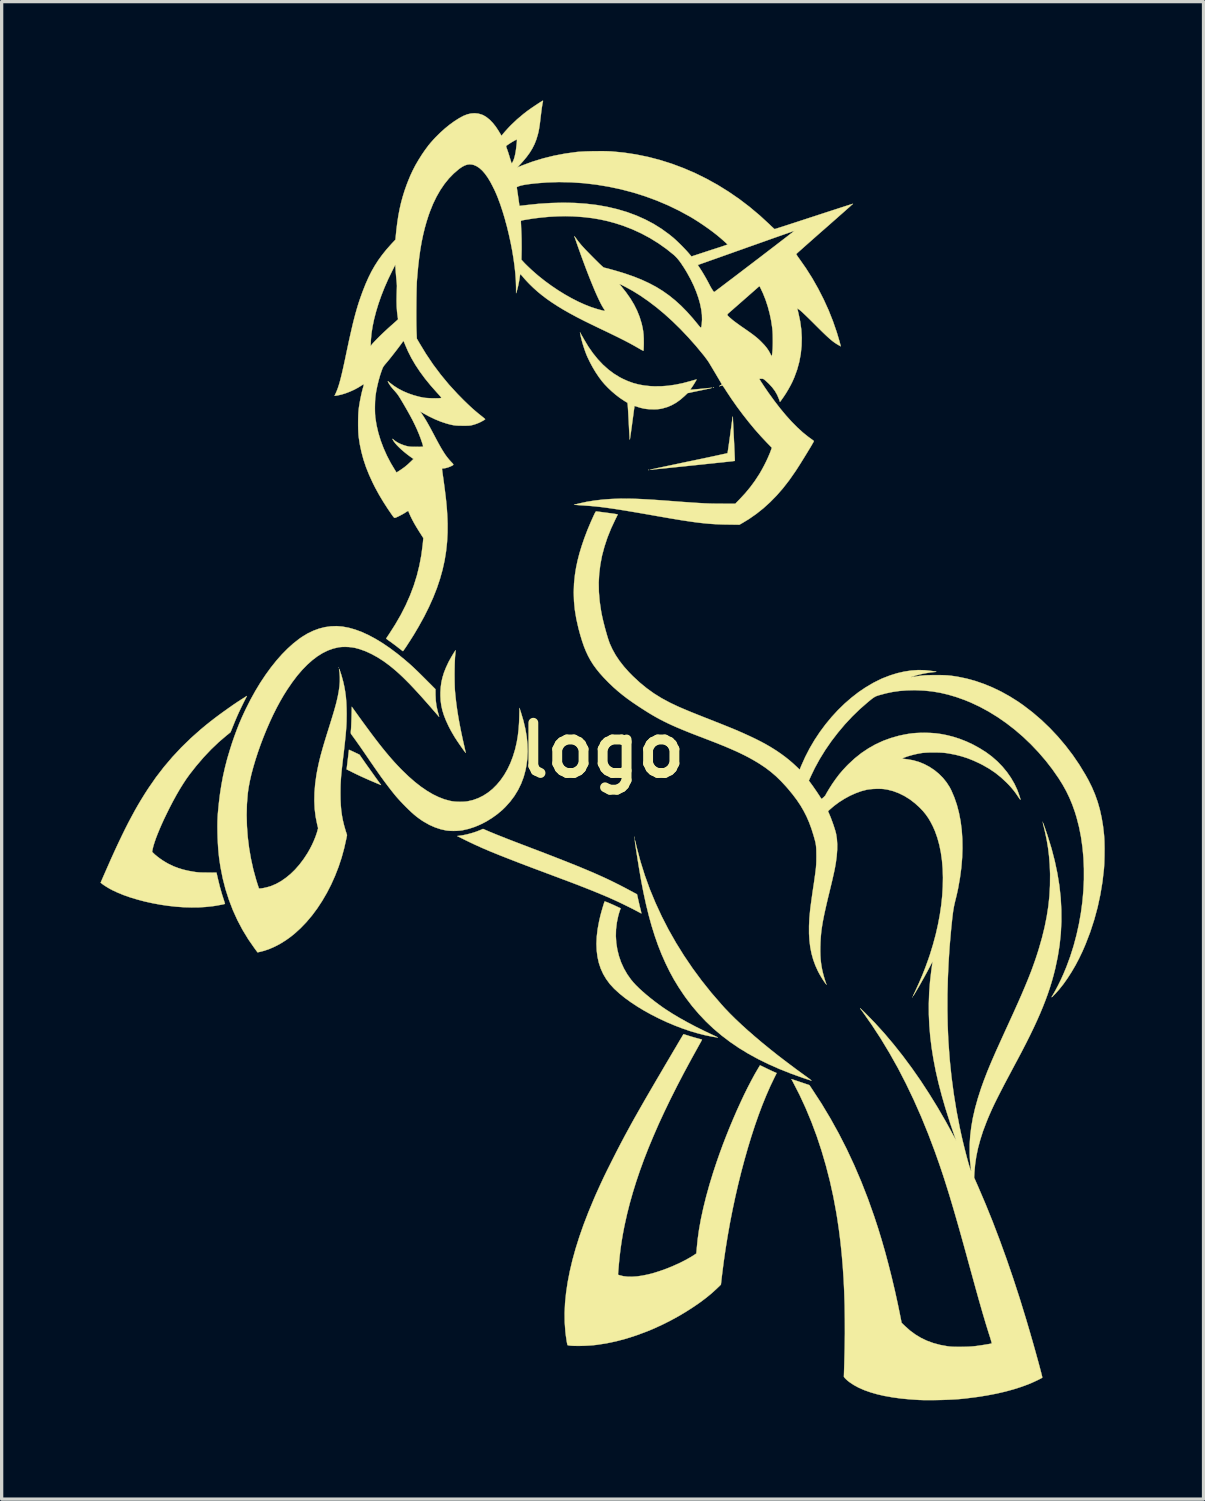
<source format=kicad_pcb>
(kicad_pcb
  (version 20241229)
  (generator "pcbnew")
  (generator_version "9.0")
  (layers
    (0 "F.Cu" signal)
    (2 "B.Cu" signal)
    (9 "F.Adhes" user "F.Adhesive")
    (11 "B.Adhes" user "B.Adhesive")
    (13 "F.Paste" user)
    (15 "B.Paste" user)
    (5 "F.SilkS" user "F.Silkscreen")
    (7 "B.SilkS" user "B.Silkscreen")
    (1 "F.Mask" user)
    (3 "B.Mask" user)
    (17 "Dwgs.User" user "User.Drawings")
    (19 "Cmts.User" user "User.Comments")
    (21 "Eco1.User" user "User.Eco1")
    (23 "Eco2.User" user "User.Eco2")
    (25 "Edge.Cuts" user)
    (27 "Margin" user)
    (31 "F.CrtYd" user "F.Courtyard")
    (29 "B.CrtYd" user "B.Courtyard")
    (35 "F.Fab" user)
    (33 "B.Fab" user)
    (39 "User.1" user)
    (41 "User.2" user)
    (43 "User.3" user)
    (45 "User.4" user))
  (footprint "logo"
    (layer "F.Cu")
    (at 15.243 19.723)
    (property "Reference" "logo" (at 0 0 0) (layer "F.SilkS") (effects (font (size 1.524 1.524) (thickness 0.3))))
    (attr through_hole)
    (fp_poly (pts (xy -8.006 -2.504) (xy -8.011 -2.499) (xy -8.016 -2.504) (xy -8.011 -2.51) (xy -8.006 -2.504)) (stroke (width 0.01) (type solid)) (fill yes) (layer "F.SilkS"))
    (fp_poly (pts (xy -0.681 -12.685) (xy -0.686 -12.68) (xy -0.691 -12.685) (xy -0.686 -12.69) (xy -0.681 -12.685)) (stroke (width 0.01) (type solid)) (fill yes) (layer "F.SilkS"))
    (fp_poly (pts (xy 9.408 7.493) (xy 9.403 7.498) (xy 9.398 7.493) (xy 9.403 7.488) (xy 9.408 7.493)) (stroke (width 0.01) (type solid)) (fill yes) (layer "F.SilkS"))
    (fp_poly (pts (xy 9.418 7.473) (xy 9.413 7.478) (xy 9.408 7.473) (xy 9.413 7.468) (xy 9.418 7.473)) (stroke (width 0.01) (type solid)) (fill yes) (layer "F.SilkS"))
    (fp_poly (pts (xy 13.36 2.179) (xy 13.355 2.184) (xy 13.35 2.179) (xy 13.355 2.174) (xy 13.36 2.179)) (stroke (width 0.01) (type solid)) (fill yes) (layer "F.SilkS"))
    (fp_poly (pts (xy 0.962 2.63) (xy 0.963 2.645) (xy 0.961 2.649) (xy 0.957 2.646) (xy 0.956 2.636) (xy 0.958 2.625) (xy 0.962 2.63)) (stroke (width 0.01) (type solid)) (fill yes) (layer "F.SilkS"))
    (fp_poly (pts (xy 0.972 2.68) (xy 0.973 2.701) (xy 0.972 2.705) (xy 0.968 2.706) (xy 0.967 2.692) (xy 0.968 2.678) (xy 0.972 2.68)) (stroke (width 0.01) (type solid)) (fill yes) (layer "F.SilkS"))
    (fp_poly (pts (xy 1.409 -8.51) (xy 1.406 -8.505) (xy 1.396 -8.505) (xy 1.385 -8.507) (xy 1.39 -8.511) (xy 1.406 -8.512) (xy 1.409 -8.51)) (stroke (width 0.01) (type solid)) (fill yes) (layer "F.SilkS"))
    (fp_poly (pts (xy 3.376 -11.01) (xy 3.377 -11.006) (xy 3.363 -11.005) (xy 3.349 -11.006) (xy 3.35 -11.01) (xy 3.371 -11.011) (xy 3.376 -11.01)) (stroke (width 0.01) (type solid)) (fill yes) (layer "F.SilkS"))
    (fp_poly (pts (xy -7.693 -0.012) (xy -7.669 -0.002) (xy -7.632 0.015) (xy -7.586 0.036) (xy -7.541 0.057) (xy -7.381 0.134) (xy -7.296 0.257) (xy -7.267 0.298) (xy -7.231 0.35) (xy -7.188 0.411) (xy -7.14 0.479) (xy -7.088 0.551) (xy -7.035 0.626) (xy -6.982 0.7) (xy -6.931 0.772) (xy -6.884 0.838) (xy -6.841 0.898) (xy -6.805 0.947) (xy -6.778 0.985) (xy -6.76 1.008) (xy -6.742 1.034) (xy -6.73 1.051) (xy -6.727 1.056) (xy -6.737 1.052) (xy -6.763 1.041) (xy -6.802 1.025) (xy -6.851 1.005) (xy -6.907 0.981) (xy -6.919 0.976) (xy -7.074 0.91) (xy -7.214 0.848) (xy -7.346 0.788) (xy -7.473 0.728) (xy -7.589 0.671) (xy -7.773 0.579) (xy -7.767 0.541) (xy -7.765 0.522) (xy -7.761 0.488) (xy -7.755 0.441) (xy -7.748 0.385) (xy -7.741 0.322) (xy -7.733 0.257) (xy -7.725 0.193) (xy -7.718 0.131) (xy -7.712 0.077) (xy -7.706 0.033) (xy -7.703 0.001) (xy -7.701 -0.014) (xy -7.701 -0.014) (xy -7.693 -0.012)) (stroke (width 0.01) (type solid)) (fill yes) (layer "F.SilkS"))
    (fp_poly (pts (xy -4.464 -3.024) (xy -4.466 -2.997) (xy -4.469 -2.956) (xy -4.474 -2.906) (xy -4.478 -2.87) (xy -4.483 -2.806) (xy -4.487 -2.725) (xy -4.491 -2.631) (xy -4.493 -2.527) (xy -4.495 -2.417) (xy -4.496 -2.304) (xy -4.495 -2.192) (xy -4.494 -2.084) (xy -4.492 -1.983) (xy -4.489 -1.894) (xy -4.485 -1.819) (xy -4.482 -1.788) (xy -4.462 -1.583) (xy -4.438 -1.381) (xy -4.409 -1.177) (xy -4.375 -0.969) (xy -4.335 -0.754) (xy -4.29 -0.527) (xy -4.238 -0.286) (xy -4.216 -0.189) (xy -4.2 -0.119) (xy -4.186 -0.056) (xy -4.174 -0.002) (xy -4.165 0.04) (xy -4.16 0.068) (xy -4.158 0.078) (xy -4.165 0.071) (xy -4.181 0.05) (xy -4.205 0.019) (xy -4.235 -0.022) (xy -4.254 -0.049) (xy -4.343 -0.175) (xy -4.42 -0.289) (xy -4.489 -0.395) (xy -4.549 -0.496) (xy -4.605 -0.594) (xy -4.658 -0.695) (xy -4.684 -0.747) (xy -4.759 -0.91) (xy -4.819 -1.064) (xy -4.865 -1.212) (xy -4.897 -1.357) (xy -4.917 -1.504) (xy -4.925 -1.654) (xy -4.925 -1.758) (xy -4.915 -1.914) (xy -4.895 -2.064) (xy -4.862 -2.21) (xy -4.817 -2.357) (xy -4.757 -2.508) (xy -4.683 -2.667) (xy -4.663 -2.706) (xy -4.637 -2.752) (xy -4.609 -2.803) (xy -4.579 -2.855) (xy -4.549 -2.905) (xy -4.521 -2.951) (xy -4.497 -2.989) (xy -4.478 -3.018) (xy -4.466 -3.033) (xy -4.464 -3.034) (xy -4.464 -3.024)) (stroke (width 0.01) (type solid)) (fill yes) (layer "F.SilkS"))
    (fp_poly (pts (xy 0.072 4.591) (xy 0.1 4.6) (xy 0.142 4.616) (xy 0.196 4.638) (xy 0.259 4.666) (xy 0.331 4.697) (xy 0.408 4.733) (xy 0.449 4.752) (xy 0.547 4.798) (xy 0.523 4.861) (xy 0.509 4.901) (xy 0.494 4.951) (xy 0.479 5.004) (xy 0.473 5.025) (xy 0.43 5.23) (xy 0.405 5.437) (xy 0.4 5.643) (xy 0.413 5.848) (xy 0.445 6.05) (xy 0.494 6.247) (xy 0.56 6.438) (xy 0.644 6.622) (xy 0.745 6.798) (xy 0.862 6.963) (xy 0.93 7.045) (xy 1.008 7.129) (xy 1.101 7.221) (xy 1.207 7.318) (xy 1.323 7.419) (xy 1.447 7.521) (xy 1.576 7.622) (xy 1.707 7.72) (xy 1.838 7.814) (xy 1.903 7.858) (xy 2.111 7.992) (xy 2.334 8.125) (xy 2.574 8.259) (xy 2.83 8.394) (xy 3.105 8.53) (xy 3.297 8.621) (xy 3.355 8.648) (xy 3.406 8.672) (xy 3.448 8.692) (xy 3.478 8.706) (xy 3.493 8.713) (xy 3.494 8.714) (xy 3.492 8.717) (xy 3.475 8.716) (xy 3.44 8.711) (xy 3.387 8.703) (xy 3.322 8.692) (xy 3.102 8.647) (xy 2.875 8.589) (xy 2.643 8.52) (xy 2.408 8.439) (xy 2.172 8.348) (xy 1.938 8.249) (xy 1.708 8.141) (xy 1.483 8.027) (xy 1.265 7.907) (xy 1.058 7.782) (xy 0.862 7.653) (xy 0.679 7.521) (xy 0.513 7.387) (xy 0.365 7.252) (xy 0.346 7.234) (xy 0.219 7.096) (xy 0.11 6.949) (xy 0.017 6.793) (xy -0.058 6.628) (xy -0.116 6.454) (xy -0.157 6.27) (xy -0.181 6.076) (xy -0.189 5.872) (xy -0.179 5.657) (xy -0.153 5.431) (xy -0.109 5.195) (xy -0.071 5.029) (xy -0.057 4.976) (xy -0.041 4.916) (xy -0.023 4.853) (xy -0.005 4.79) (xy 0.013 4.731) (xy 0.029 4.678) (xy 0.043 4.635) (xy 0.053 4.604) (xy 0.059 4.59) (xy 0.06 4.59) (xy 0.072 4.591)) (stroke (width 0.01) (type solid)) (fill yes) (layer "F.SilkS"))
    (fp_poly (pts (xy 0.982 2.737) (xy 0.987 2.755) (xy 0.994 2.784) (xy 1.005 2.828) (xy 1.02 2.887) (xy 1.036 2.957) (xy 1.148 3.379) (xy 1.28 3.8) (xy 1.431 4.217) (xy 1.602 4.63) (xy 1.791 5.039) (xy 1.998 5.443) (xy 2.224 5.841) (xy 2.467 6.232) (xy 2.727 6.616) (xy 3.004 6.992) (xy 3.297 7.359) (xy 3.607 7.717) (xy 3.705 7.826) (xy 3.856 7.984) (xy 4.024 8.151) (xy 4.209 8.325) (xy 4.408 8.506) (xy 4.621 8.691) (xy 4.847 8.882) (xy 5.085 9.076) (xy 5.333 9.273) (xy 5.592 9.471) (xy 5.859 9.671) (xy 6.133 9.871) (xy 6.166 9.894) (xy 6.218 9.932) (xy 6.264 9.966) (xy 6.301 9.994) (xy 6.326 10.014) (xy 6.338 10.026) (xy 6.339 10.027) (xy 6.325 10.024) (xy 6.296 10.015) (xy 6.253 10.001) (xy 6.199 9.984) (xy 6.137 9.963) (xy 6.091 9.948) (xy 5.721 9.816) (xy 5.369 9.676) (xy 5.035 9.528) (xy 4.718 9.373) (xy 4.417 9.208) (xy 4.132 9.034) (xy 3.863 8.85) (xy 3.608 8.656) (xy 3.366 8.452) (xy 3.138 8.236) (xy 2.923 8.009) (xy 2.719 7.77) (xy 2.527 7.518) (xy 2.46 7.423) (xy 2.308 7.195) (xy 2.165 6.96) (xy 2.032 6.716) (xy 1.908 6.462) (xy 1.791 6.198) (xy 1.682 5.922) (xy 1.581 5.633) (xy 1.486 5.329) (xy 1.398 5.01) (xy 1.316 4.675) (xy 1.239 4.321) (xy 1.194 4.089) (xy 1.18 4.017) (xy 1.165 3.933) (xy 1.149 3.84) (xy 1.132 3.741) (xy 1.114 3.636) (xy 1.096 3.529) (xy 1.079 3.421) (xy 1.061 3.314) (xy 1.045 3.21) (xy 1.029 3.111) (xy 1.015 3.019) (xy 1.002 2.937) (xy 0.992 2.866) (xy 0.984 2.808) (xy 0.979 2.766) (xy 0.976 2.74) (xy 0.976 2.736) (xy 0.977 2.73) (xy 0.979 2.73) (xy 0.982 2.737)) (stroke (width 0.01) (type solid)) (fill yes) (layer "F.SilkS"))
    (fp_poly (pts (xy 3.951 -10.123) (xy 3.952 -10.104) (xy 3.952 -10.103) (xy 3.952 -10.088) (xy 3.954 -10.054) (xy 3.956 -10.004) (xy 3.959 -9.939) (xy 3.963 -9.861) (xy 3.967 -9.771) (xy 3.972 -9.673) (xy 3.977 -9.566) (xy 3.983 -9.454) (xy 3.984 -9.431) (xy 3.99 -9.319) (xy 3.995 -9.212) (xy 3.999 -9.114) (xy 4.003 -9.025) (xy 4.006 -8.947) (xy 4.009 -8.883) (xy 4.011 -8.832) (xy 4.011 -8.799) (xy 4.011 -8.783) (xy 4.011 -8.783) (xy 4 -8.781) (xy 3.971 -8.778) (xy 3.925 -8.772) (xy 3.862 -8.765) (xy 3.786 -8.757) (xy 3.696 -8.747) (xy 3.595 -8.736) (xy 3.484 -8.725) (xy 3.365 -8.712) (xy 3.238 -8.699) (xy 3.107 -8.685) (xy 2.971 -8.671) (xy 2.832 -8.656) (xy 2.692 -8.642) (xy 2.553 -8.627) (xy 2.415 -8.613) (xy 2.281 -8.599) (xy 2.151 -8.586) (xy 2.028 -8.573) (xy 1.912 -8.561) (xy 1.806 -8.55) (xy 1.71 -8.541) (xy 1.626 -8.532) (xy 1.556 -8.526) (xy 1.5 -8.52) (xy 1.462 -8.517) (xy 1.441 -8.515) (xy 1.438 -8.515) (xy 1.445 -8.517) (xy 1.471 -8.523) (xy 1.514 -8.533) (xy 1.574 -8.546) (xy 1.648 -8.562) (xy 1.737 -8.581) (xy 1.838 -8.602) (xy 1.951 -8.626) (xy 2.075 -8.652) (xy 2.207 -8.68) (xy 2.347 -8.71) (xy 2.494 -8.741) (xy 2.599 -8.763) (xy 2.751 -8.794) (xy 2.897 -8.825) (xy 3.037 -8.854) (xy 3.168 -8.882) (xy 3.29 -8.908) (xy 3.402 -8.932) (xy 3.502 -8.954) (xy 3.589 -8.973) (xy 3.662 -8.989) (xy 3.72 -9.001) (xy 3.761 -9.011) (xy 3.784 -9.017) (xy 3.789 -9.018) (xy 3.792 -9.03) (xy 3.797 -9.059) (xy 3.804 -9.106) (xy 3.813 -9.166) (xy 3.824 -9.24) (xy 3.836 -9.324) (xy 3.849 -9.417) (xy 3.863 -9.517) (xy 3.871 -9.576) (xy 3.884 -9.679) (xy 3.898 -9.776) (xy 3.91 -9.865) (xy 3.921 -9.944) (xy 3.93 -10.012) (xy 3.938 -10.065) (xy 3.944 -10.104) (xy 3.947 -10.125) (xy 3.948 -10.129) (xy 3.951 -10.123)) (stroke (width 0.01) (type solid)) (fill yes) (layer "F.SilkS"))
    (fp_poly (pts (xy -3.5 2.444) (xy -3.417 2.48) (xy -3.316 2.521) (xy -3.199 2.569) (xy -3.069 2.62) (xy -2.927 2.677) (xy -2.774 2.736) (xy -2.613 2.798) (xy -2.445 2.863) (xy -2.372 2.89) (xy -2.104 2.993) (xy -1.853 3.088) (xy -1.62 3.178) (xy -1.402 3.263) (xy -1.198 3.343) (xy -1.009 3.418) (xy -0.831 3.489) (xy -0.665 3.557) (xy -0.509 3.622) (xy -0.362 3.684) (xy -0.223 3.744) (xy -0.091 3.803) (xy 0.036 3.86) (xy 0.158 3.917) (xy 0.277 3.974) (xy 0.393 4.032) (xy 0.509 4.09) (xy 0.624 4.149) (xy 0.74 4.21) (xy 0.814 4.25) (xy 1.043 4.373) (xy 1.071 4.5) (xy 1.084 4.558) (xy 1.1 4.628) (xy 1.117 4.702) (xy 1.134 4.772) (xy 1.139 4.79) (xy 1.152 4.844) (xy 1.163 4.89) (xy 1.171 4.926) (xy 1.175 4.948) (xy 1.176 4.953) (xy 1.167 4.95) (xy 1.144 4.938) (xy 1.112 4.921) (xy 1.102 4.916) (xy 1.054 4.89) (xy 0.991 4.857) (xy 0.917 4.818) (xy 0.835 4.777) (xy 0.748 4.734) (xy 0.661 4.691) (xy 0.576 4.65) (xy 0.498 4.612) (xy 0.429 4.58) (xy 0.399 4.566) (xy 0.269 4.508) (xy 0.136 4.449) (xy -0.004 4.39) (xy -0.151 4.329) (xy -0.307 4.265) (xy -0.474 4.199) (xy -0.652 4.129) (xy -0.845 4.054) (xy -1.053 3.975) (xy -1.278 3.891) (xy -1.399 3.845) (xy -1.654 3.75) (xy -1.89 3.661) (xy -2.11 3.579) (xy -2.314 3.502) (xy -2.503 3.43) (xy -2.678 3.362) (xy -2.84 3.299) (xy -2.99 3.24) (xy -3.13 3.185) (xy -3.26 3.132) (xy -3.382 3.083) (xy -3.495 3.035) (xy -3.603 2.989) (xy -3.705 2.944) (xy -3.802 2.9) (xy -3.897 2.857) (xy -3.988 2.814) (xy -4.079 2.77) (xy -4.17 2.726) (xy -4.232 2.695) (xy -4.415 2.603) (xy -4.354 2.596) (xy -4.234 2.578) (xy -4.105 2.55) (xy -3.972 2.514) (xy -3.843 2.473) (xy -3.725 2.427) (xy -3.718 2.424) (xy -3.632 2.387) (xy -3.5 2.444)) (stroke (width 0.01) (type solid)) (fill yes) (layer "F.SilkS"))
    (fp_poly (pts (xy -10.902 -1.443) (xy -10.977 -1.289) (xy -11.045 -1.146) (xy -11.108 -1.005) (xy -11.169 -0.86) (xy -11.216 -0.744) (xy -11.295 -0.548) (xy -11.416 -0.45) (xy -11.655 -0.246) (xy -11.889 -0.023) (xy -12.118 0.22) (xy -12.341 0.481) (xy -12.536 0.729) (xy -12.634 0.865) (xy -12.733 1.015) (xy -12.835 1.179) (xy -12.939 1.358) (xy -13.046 1.554) (xy -13.157 1.768) (xy -13.247 1.951) (xy -13.321 2.105) (xy -13.39 2.256) (xy -13.453 2.402) (xy -13.51 2.541) (xy -13.56 2.671) (xy -13.601 2.789) (xy -13.634 2.895) (xy -13.657 2.985) (xy -13.66 3.001) (xy -13.676 3.082) (xy -13.648 3.111) (xy -13.593 3.164) (xy -13.523 3.222) (xy -13.444 3.282) (xy -13.359 3.341) (xy -13.272 3.395) (xy -13.188 3.443) (xy -13.17 3.452) (xy -13.03 3.519) (xy -12.888 3.574) (xy -12.739 3.62) (xy -12.579 3.658) (xy -12.404 3.689) (xy -12.353 3.697) (xy -12.304 3.702) (xy -12.255 3.707) (xy -12.2 3.71) (xy -12.136 3.711) (xy -12.058 3.712) (xy -11.99 3.713) (xy -11.722 3.714) (xy -11.678 3.907) (xy -11.62 4.144) (xy -11.556 4.368) (xy -11.507 4.521) (xy -11.491 4.57) (xy -11.478 4.612) (xy -11.469 4.643) (xy -11.465 4.66) (xy -11.465 4.662) (xy -11.479 4.667) (xy -11.509 4.674) (xy -11.552 4.684) (xy -11.605 4.694) (xy -11.664 4.705) (xy -11.725 4.716) (xy -11.787 4.726) (xy -11.844 4.734) (xy -11.847 4.734) (xy -12.052 4.756) (xy -12.262 4.769) (xy -12.48 4.771) (xy -12.71 4.765) (xy -12.945 4.748) (xy -13.183 4.722) (xy -13.422 4.687) (xy -13.66 4.643) (xy -13.893 4.592) (xy -14.12 4.532) (xy -14.337 4.467) (xy -14.542 4.395) (xy -14.731 4.317) (xy -14.879 4.248) (xy -14.953 4.209) (xy -15.027 4.166) (xy -15.096 4.123) (xy -15.157 4.083) (xy -15.204 4.047) (xy -15.211 4.041) (xy -15.238 4.018) (xy -15.152 3.82) (xy -15.029 3.54) (xy -14.913 3.277) (xy -14.801 3.031) (xy -14.694 2.801) (xy -14.59 2.584) (xy -14.49 2.38) (xy -14.392 2.187) (xy -14.295 2.005) (xy -14.2 1.83) (xy -14.105 1.663) (xy -14.009 1.502) (xy -13.913 1.346) (xy -13.815 1.193) (xy -13.781 1.142) (xy -13.555 0.816) (xy -13.314 0.503) (xy -13.058 0.202) (xy -12.786 -0.089) (xy -12.498 -0.369) (xy -12.191 -0.641) (xy -12.012 -0.789) (xy -11.896 -0.881) (xy -11.769 -0.979) (xy -11.634 -1.08) (xy -11.495 -1.181) (xy -11.354 -1.281) (xy -11.216 -1.378) (xy -11.082 -1.468) (xy -10.958 -1.549) (xy -10.845 -1.62) (xy -10.838 -1.625) (xy -10.799 -1.648) (xy -10.902 -1.443)) (stroke (width 0.01) (type solid)) (fill yes) (layer "F.SilkS"))
    (fp_poly (pts (xy -7.427 -1.059) (xy -7.284 -0.861) (xy -7.15 -0.679) (xy -7.026 -0.511) (xy -6.909 -0.356) (xy -6.799 -0.213) (xy -6.695 -0.081) (xy -6.595 0.042) (xy -6.499 0.157) (xy -6.406 0.265) (xy -6.314 0.368) (xy -6.222 0.467) (xy -6.13 0.563) (xy -6.08 0.613) (xy -5.889 0.797) (xy -5.701 0.961) (xy -5.516 1.106) (xy -5.333 1.231) (xy -5.154 1.337) (xy -4.978 1.422) (xy -4.805 1.489) (xy -4.635 1.535) (xy -4.557 1.55) (xy -4.486 1.558) (xy -4.403 1.563) (xy -4.314 1.564) (xy -4.227 1.562) (xy -4.148 1.556) (xy -4.098 1.549) (xy -3.934 1.511) (xy -3.775 1.453) (xy -3.624 1.378) (xy -3.48 1.285) (xy -3.343 1.175) (xy -3.216 1.048) (xy -3.097 0.906) (xy -2.988 0.749) (xy -2.889 0.577) (xy -2.801 0.391) (xy -2.725 0.192) (xy -2.66 -0.019) (xy -2.648 -0.067) (xy -2.607 -0.248) (xy -2.575 -0.436) (xy -2.552 -0.633) (xy -2.537 -0.844) (xy -2.531 -1.011) (xy -2.525 -1.285) (xy -2.482 -1.153) (xy -2.406 -0.898) (xy -2.348 -0.654) (xy -2.307 -0.417) (xy -2.284 -0.188) (xy -2.277 0.035) (xy -2.287 0.252) (xy -2.315 0.465) (xy -2.342 0.605) (xy -2.399 0.814) (xy -2.475 1.015) (xy -2.569 1.207) (xy -2.68 1.389) (xy -2.81 1.562) (xy -2.956 1.724) (xy -3.04 1.806) (xy -3.193 1.935) (xy -3.356 2.053) (xy -3.527 2.159) (xy -3.704 2.25) (xy -3.884 2.326) (xy -4.065 2.385) (xy -4.243 2.426) (xy -4.256 2.429) (xy -4.337 2.439) (xy -4.429 2.446) (xy -4.527 2.448) (xy -4.623 2.446) (xy -4.709 2.439) (xy -4.75 2.434) (xy -4.917 2.397) (xy -5.086 2.341) (xy -5.255 2.267) (xy -5.422 2.173) (xy -5.491 2.129) (xy -5.57 2.074) (xy -5.646 2.017) (xy -5.721 1.956) (xy -5.799 1.887) (xy -5.883 1.808) (xy -5.976 1.716) (xy -5.979 1.713) (xy -6.06 1.631) (xy -6.134 1.553) (xy -6.203 1.477) (xy -6.271 1.4) (xy -6.339 1.317) (xy -6.411 1.227) (xy -6.489 1.126) (xy -6.568 1.021) (xy -6.605 0.972) (xy -6.639 0.926) (xy -6.673 0.879) (xy -6.708 0.832) (xy -6.744 0.782) (xy -6.782 0.727) (xy -6.824 0.668) (xy -6.871 0.6) (xy -6.924 0.525) (xy -6.983 0.438) (xy -7.051 0.341) (xy -7.127 0.229) (xy -7.213 0.103) (xy -7.239 0.066) (xy -7.289 -0.007) (xy -7.34 -0.081) (xy -7.39 -0.152) (xy -7.437 -0.218) (xy -7.477 -0.275) (xy -7.509 -0.32) (xy -7.513 -0.325) (xy -7.547 -0.372) (xy -7.578 -0.415) (xy -7.604 -0.451) (xy -7.623 -0.476) (xy -7.628 -0.483) (xy -7.637 -0.497) (xy -7.643 -0.511) (xy -7.645 -0.53) (xy -7.645 -0.557) (xy -7.642 -0.598) (xy -7.639 -0.625) (xy -7.636 -0.665) (xy -7.633 -0.722) (xy -7.63 -0.791) (xy -7.627 -0.868) (xy -7.624 -0.95) (xy -7.622 -1.029) (xy -7.615 -1.321) (xy -7.427 -1.059)) (stroke (width 0.01) (type solid)) (fill yes) (layer "F.SilkS"))
    (fp_poly (pts (xy -0.653 -12.624) (xy -0.636 -12.594) (xy -0.612 -12.552) (xy -0.585 -12.505) (xy -0.565 -12.469) (xy -0.435 -12.252) (xy -0.296 -12.053) (xy -0.149 -11.871) (xy 0.006 -11.706) (xy 0.169 -11.56) (xy 0.338 -11.433) (xy 0.515 -11.324) (xy 0.605 -11.277) (xy 0.767 -11.204) (xy 0.928 -11.146) (xy 1.091 -11.103) (xy 1.262 -11.072) (xy 1.443 -11.053) (xy 1.56 -11.047) (xy 1.77 -11.048) (xy 1.985 -11.064) (xy 2.206 -11.096) (xy 2.435 -11.143) (xy 2.674 -11.207) (xy 2.711 -11.218) (xy 2.761 -11.232) (xy 2.802 -11.244) (xy 2.833 -11.252) (xy 2.849 -11.255) (xy 2.851 -11.255) (xy 2.848 -11.245) (xy 2.835 -11.222) (xy 2.816 -11.189) (xy 2.792 -11.149) (xy 2.766 -11.107) (xy 2.74 -11.066) (xy 2.716 -11.029) (xy 2.697 -11.002) (xy 2.678 -10.975) (xy 2.667 -10.954) (xy 2.666 -10.945) (xy 2.677 -10.945) (xy 2.706 -10.946) (xy 2.75 -10.95) (xy 2.807 -10.955) (xy 2.874 -10.961) (xy 2.95 -10.968) (xy 2.991 -10.972) (xy 3.07 -10.98) (xy 3.142 -10.987) (xy 3.206 -10.993) (xy 3.258 -10.998) (xy 3.296 -11.001) (xy 3.318 -11.002) (xy 3.322 -11.002) (xy 3.315 -10.999) (xy 3.29 -10.993) (xy 3.249 -10.983) (xy 3.195 -10.971) (xy 3.129 -10.956) (xy 3.053 -10.94) (xy 2.971 -10.923) (xy 2.956 -10.92) (xy 2.579 -10.841) (xy 2.486 -10.753) (xy 2.359 -10.642) (xy 2.231 -10.55) (xy 2.099 -10.476) (xy 1.962 -10.418) (xy 1.817 -10.376) (xy 1.798 -10.372) (xy 1.749 -10.362) (xy 1.702 -10.356) (xy 1.653 -10.351) (xy 1.595 -10.349) (xy 1.529 -10.349) (xy 1.424 -10.351) (xy 1.332 -10.359) (xy 1.244 -10.373) (xy 1.153 -10.394) (xy 1.07 -10.419) (xy 0.967 -10.452) (xy 0.957 -10.379) (xy 0.953 -10.354) (xy 0.947 -10.311) (xy 0.939 -10.253) (xy 0.93 -10.182) (xy 0.919 -10.101) (xy 0.907 -10.013) (xy 0.894 -9.919) (xy 0.888 -9.868) (xy 0.875 -9.776) (xy 0.863 -9.691) (xy 0.853 -9.614) (xy 0.843 -9.548) (xy 0.835 -9.494) (xy 0.829 -9.455) (xy 0.825 -9.433) (xy 0.823 -9.428) (xy 0.822 -9.438) (xy 0.819 -9.467) (xy 0.816 -9.512) (xy 0.812 -9.571) (xy 0.808 -9.644) (xy 0.803 -9.728) (xy 0.798 -9.821) (xy 0.793 -9.921) (xy 0.79 -9.985) (xy 0.783 -10.115) (xy 0.777 -10.225) (xy 0.772 -10.318) (xy 0.767 -10.393) (xy 0.763 -10.452) (xy 0.759 -10.496) (xy 0.755 -10.527) (xy 0.752 -10.544) (xy 0.749 -10.549) (xy 0.736 -10.557) (xy 0.709 -10.574) (xy 0.673 -10.595) (xy 0.642 -10.615) (xy 0.523 -10.694) (xy 0.4 -10.788) (xy 0.278 -10.892) (xy 0.161 -11.002) (xy 0.054 -11.114) (xy -0.024 -11.206) (xy -0.121 -11.336) (xy -0.217 -11.48) (xy -0.308 -11.633) (xy -0.391 -11.788) (xy -0.463 -11.939) (xy -0.491 -12.004) (xy -0.524 -12.09) (xy -0.557 -12.184) (xy -0.589 -12.282) (xy -0.618 -12.378) (xy -0.642 -12.469) (xy -0.662 -12.551) (xy -0.675 -12.619) (xy -0.676 -12.629) (xy -0.682 -12.675) (xy -0.653 -12.624)) (stroke (width 0.01) (type solid)) (fill yes) (layer "F.SilkS"))
    (fp_poly (pts (xy 2.462 8.621) (xy 2.488 8.628) (xy 2.526 8.64) (xy 2.573 8.655) (xy 2.593 8.661) (xy 2.66 8.682) (xy 2.737 8.705) (xy 2.813 8.727) (xy 2.872 8.743) (xy 2.922 8.757) (xy 2.965 8.768) (xy 2.997 8.777) (xy 3.013 8.782) (xy 3.015 8.783) (xy 3.011 8.792) (xy 2.999 8.816) (xy 2.98 8.852) (xy 2.955 8.897) (xy 2.932 8.938) (xy 2.692 9.372) (xy 2.466 9.791) (xy 2.254 10.198) (xy 2.055 10.594) (xy 1.87 10.978) (xy 1.697 11.352) (xy 1.538 11.717) (xy 1.39 12.072) (xy 1.254 12.42) (xy 1.13 12.761) (xy 1.017 13.096) (xy 0.915 13.425) (xy 0.823 13.75) (xy 0.742 14.07) (xy 0.671 14.388) (xy 0.651 14.485) (xy 0.609 14.705) (xy 0.573 14.921) (xy 0.542 15.137) (xy 0.515 15.36) (xy 0.492 15.593) (xy 0.472 15.831) (xy 0.466 15.919) (xy 0.517 15.936) (xy 0.629 15.964) (xy 0.754 15.978) (xy 0.893 15.98) (xy 1.044 15.97) (xy 1.206 15.946) (xy 1.378 15.911) (xy 1.558 15.864) (xy 1.746 15.804) (xy 1.941 15.734) (xy 2.141 15.652) (xy 2.337 15.563) (xy 2.42 15.522) (xy 2.507 15.477) (xy 2.593 15.43) (xy 2.674 15.384) (xy 2.744 15.341) (xy 2.779 15.318) (xy 2.809 15.298) (xy 2.831 15.283) (xy 2.842 15.276) (xy 2.842 15.276) (xy 2.843 15.266) (xy 2.846 15.239) (xy 2.85 15.2) (xy 2.854 15.151) (xy 2.855 15.133) (xy 2.884 14.842) (xy 2.927 14.537) (xy 2.985 14.218) (xy 3.057 13.886) (xy 3.143 13.54) (xy 3.243 13.18) (xy 3.357 12.808) (xy 3.455 12.512) (xy 3.546 12.251) (xy 3.642 11.987) (xy 3.744 11.723) (xy 3.849 11.46) (xy 3.958 11.2) (xy 4.068 10.946) (xy 4.18 10.699) (xy 4.291 10.462) (xy 4.402 10.237) (xy 4.512 10.026) (xy 4.618 9.83) (xy 4.705 9.681) (xy 4.776 9.562) (xy 4.961 9.651) (xy 5.023 9.681) (xy 5.083 9.709) (xy 5.138 9.735) (xy 5.183 9.755) (xy 5.213 9.769) (xy 5.214 9.769) (xy 5.281 9.798) (xy 5.21 9.941) (xy 5.087 10.197) (xy 4.967 10.471) (xy 4.848 10.763) (xy 4.732 11.072) (xy 4.619 11.395) (xy 4.51 11.731) (xy 4.404 12.08) (xy 4.302 12.439) (xy 4.204 12.807) (xy 4.111 13.184) (xy 4.023 13.567) (xy 3.941 13.954) (xy 3.864 14.346) (xy 3.794 14.74) (xy 3.73 15.136) (xy 3.673 15.53) (xy 3.623 15.924) (xy 3.613 16.007) (xy 3.589 16.22) (xy 3.464 16.341) (xy 3.307 16.484) (xy 3.132 16.627) (xy 2.941 16.77) (xy 2.736 16.91) (xy 2.521 17.048) (xy 2.296 17.181) (xy 2.064 17.308) (xy 1.828 17.427) (xy 1.589 17.538) (xy 1.351 17.638) (xy 1.034 17.756) (xy 0.721 17.857) (xy 0.413 17.939) (xy 0.11 18.003) (xy -0.186 18.048) (xy -0.284 18.059) (xy -0.375 18.066) (xy -0.475 18.072) (xy -0.581 18.077) (xy -0.687 18.079) (xy -0.787 18.079) (xy -0.877 18.078) (xy -0.939 18.075) (xy -0.994 18.07) (xy -1.035 18.064) (xy -1.06 18.058) (xy -1.067 18.054) (xy -1.072 18.038) (xy -1.079 18.005) (xy -1.088 17.959) (xy -1.097 17.903) (xy -1.106 17.84) (xy -1.116 17.774) (xy -1.124 17.709) (xy -1.131 17.647) (xy -1.132 17.637) (xy -1.152 17.362) (xy -1.155 17.076) (xy -1.141 16.779) (xy -1.11 16.47) (xy -1.063 16.151) (xy -0.999 15.821) (xy -0.919 15.481) (xy -0.822 15.13) (xy -0.708 14.768) (xy -0.578 14.397) (xy -0.431 14.015) (xy -0.268 13.624) (xy -0.211 13.492) (xy -0.157 13.372) (xy -0.106 13.26) (xy -0.057 13.153) (xy -0.008 13.048) (xy 0.042 12.941) (xy 0.096 12.83) (xy 0.155 12.71) (xy 0.221 12.579) (xy 0.285 12.451) (xy 0.35 12.323) (xy 0.413 12.198) (xy 0.476 12.076) (xy 0.539 11.955) (xy 0.603 11.834) (xy 0.667 11.712) (xy 0.734 11.589) (xy 0.803 11.463) (xy 0.874 11.332) (xy 0.949 11.197) (xy 1.029 11.056) (xy 1.113 10.908) (xy 1.202 10.752) (xy 1.297 10.586) (xy 1.399 10.41) (xy 1.508 10.223) (xy 1.624 10.024) (xy 1.749 9.812) (xy 1.882 9.584) (xy 2.025 9.342) (xy 2.153 9.124) (xy 2.208 9.032) (xy 2.259 8.945) (xy 2.306 8.865) (xy 2.348 8.794) (xy 2.385 8.733) (xy 2.414 8.683) (xy 2.436 8.646) (xy 2.449 8.625) (xy 2.452 8.619) (xy 2.462 8.621)) (stroke (width 0.01) (type solid)) (fill yes) (layer "F.SilkS"))
    (fp_poly (pts (xy -7.896 -3.754) (xy -7.893 -3.753) (xy -7.705 -3.718) (xy -7.511 -3.663) (xy -7.312 -3.589) (xy -7.106 -3.495) (xy -6.896 -3.382) (xy -6.679 -3.25) (xy -6.457 -3.099) (xy -6.229 -2.928) (xy -5.996 -2.738) (xy -5.837 -2.6) (xy -5.795 -2.562) (xy -5.742 -2.513) (xy -5.679 -2.453) (xy -5.61 -2.387) (xy -5.538 -2.316) (xy -5.464 -2.243) (xy -5.392 -2.171) (xy -5.38 -2.159) (xy -5.075 -1.853) (xy -5.074 -1.681) (xy -5.066 -1.513) (xy -5.046 -1.353) (xy -5.011 -1.193) (xy -4.994 -1.13) (xy -4.982 -1.086) (xy -4.972 -1.049) (xy -4.965 -1.025) (xy -4.964 -1.016) (xy -4.971 -1.023) (xy -4.99 -1.044) (xy -5.019 -1.077) (xy -5.056 -1.12) (xy -5.101 -1.171) (xy -5.152 -1.229) (xy -5.198 -1.283) (xy -5.35 -1.456) (xy -5.491 -1.615) (xy -5.622 -1.759) (xy -5.744 -1.891) (xy -5.859 -2.012) (xy -5.967 -2.121) (xy -6.069 -2.222) (xy -6.167 -2.314) (xy -6.263 -2.4) (xy -6.356 -2.479) (xy -6.448 -2.554) (xy -6.465 -2.568) (xy -6.648 -2.703) (xy -6.832 -2.821) (xy -7.016 -2.922) (xy -7.198 -3.006) (xy -7.377 -3.07) (xy -7.523 -3.11) (xy -7.61 -3.124) (xy -7.707 -3.134) (xy -7.81 -3.138) (xy -7.909 -3.136) (xy -7.997 -3.128) (xy -8.017 -3.125) (xy -8.178 -3.087) (xy -8.338 -3.03) (xy -8.496 -2.953) (xy -8.654 -2.855) (xy -8.81 -2.737) (xy -8.965 -2.599) (xy -9.118 -2.442) (xy -9.271 -2.264) (xy -9.421 -2.066) (xy -9.57 -1.849) (xy -9.679 -1.676) (xy -9.788 -1.488) (xy -9.896 -1.288) (xy -10.002 -1.077) (xy -10.104 -0.857) (xy -10.202 -0.632) (xy -10.295 -0.403) (xy -10.383 -0.172) (xy -10.464 0.058) (xy -10.538 0.286) (xy -10.604 0.508) (xy -10.662 0.724) (xy -10.709 0.93) (xy -10.746 1.124) (xy -10.772 1.305) (xy -10.774 1.328) (xy -10.799 1.643) (xy -10.807 1.967) (xy -10.798 2.296) (xy -10.774 2.628) (xy -10.733 2.961) (xy -10.676 3.291) (xy -10.605 3.615) (xy -10.518 3.932) (xy -10.474 4.072) (xy -10.433 4.196) (xy -10.397 4.196) (xy -10.36 4.193) (xy -10.308 4.185) (xy -10.248 4.172) (xy -10.185 4.157) (xy -10.124 4.14) (xy -10.072 4.124) (xy -9.918 4.059) (xy -9.767 3.976) (xy -9.619 3.874) (xy -9.474 3.755) (xy -9.335 3.62) (xy -9.203 3.469) (xy -9.078 3.304) (xy -8.961 3.126) (xy -8.954 3.114) (xy -8.886 2.995) (xy -8.822 2.87) (xy -8.765 2.744) (xy -8.716 2.623) (xy -8.677 2.51) (xy -8.662 2.46) (xy -8.637 2.365) (xy -8.667 2.242) (xy -8.712 2.017) (xy -8.741 1.781) (xy -8.752 1.536) (xy -8.747 1.28) (xy -8.725 1.015) (xy -8.687 0.742) (xy -8.67 0.65) (xy -8.651 0.552) (xy -8.631 0.457) (xy -8.61 0.361) (xy -8.586 0.262) (xy -8.56 0.159) (xy -8.53 0.05) (xy -8.497 -0.069) (xy -8.459 -0.199) (xy -8.416 -0.341) (xy -8.367 -0.5) (xy -8.326 -0.63) (xy -8.279 -0.781) (xy -8.238 -0.914) (xy -8.202 -1.031) (xy -8.171 -1.134) (xy -8.144 -1.225) (xy -8.122 -1.305) (xy -8.102 -1.375) (xy -8.086 -1.439) (xy -8.082 -1.451) (xy -8.041 -1.63) (xy -8.01 -1.794) (xy -7.989 -1.945) (xy -7.978 -2.087) (xy -7.978 -2.222) (xy -7.987 -2.353) (xy -8.001 -2.459) (xy -8.002 -2.472) (xy -7.998 -2.469) (xy -7.989 -2.45) (xy -7.977 -2.42) (xy -7.963 -2.379) (xy -7.947 -2.331) (xy -7.93 -2.278) (xy -7.915 -2.225) (xy -7.873 -2.071) (xy -7.84 -1.92) (xy -7.814 -1.77) (xy -7.794 -1.616) (xy -7.781 -1.454) (xy -7.774 -1.28) (xy -7.771 -1.113) (xy -7.772 -1.031) (xy -7.773 -0.953) (xy -7.774 -0.877) (xy -7.777 -0.801) (xy -7.781 -0.724) (xy -7.787 -0.642) (xy -7.794 -0.554) (xy -7.802 -0.459) (xy -7.813 -0.354) (xy -7.825 -0.237) (xy -7.84 -0.105) (xy -7.856 0.042) (xy -7.876 0.207) (xy -7.879 0.229) (xy -7.895 0.373) (xy -7.91 0.499) (xy -7.922 0.611) (xy -7.932 0.71) (xy -7.94 0.799) (xy -7.946 0.882) (xy -7.951 0.96) (xy -7.955 1.037) (xy -7.957 1.114) (xy -7.958 1.194) (xy -7.959 1.281) (xy -7.959 1.311) (xy -7.957 1.497) (xy -7.949 1.667) (xy -7.935 1.826) (xy -7.914 1.978) (xy -7.886 2.127) (xy -7.85 2.276) (xy -7.806 2.431) (xy -7.791 2.478) (xy -7.76 2.574) (xy -7.782 2.687) (xy -7.847 2.977) (xy -7.925 3.262) (xy -8.018 3.542) (xy -8.124 3.814) (xy -8.242 4.077) (xy -8.372 4.33) (xy -8.513 4.572) (xy -8.664 4.802) (xy -8.825 5.018) (xy -8.995 5.219) (xy -9.173 5.404) (xy -9.358 5.572) (xy -9.468 5.66) (xy -9.623 5.771) (xy -9.784 5.871) (xy -9.947 5.957) (xy -10.11 6.029) (xy -10.27 6.085) (xy -10.391 6.116) (xy -10.475 6.135) (xy -10.571 6.005) (xy -10.759 5.734) (xy -10.931 5.451) (xy -11.086 5.158) (xy -11.224 4.854) (xy -11.344 4.54) (xy -11.448 4.217) (xy -11.533 3.886) (xy -11.6 3.546) (xy -11.638 3.297) (xy -11.655 3.148) (xy -11.669 2.988) (xy -11.68 2.819) (xy -11.688 2.648) (xy -11.692 2.477) (xy -11.694 2.31) (xy -11.692 2.153) (xy -11.686 2.008) (xy -11.68 1.92) (xy -11.651 1.617) (xy -11.616 1.33) (xy -11.573 1.053) (xy -11.523 0.784) (xy -11.463 0.519) (xy -11.394 0.252) (xy -11.313 -0.019) (xy -11.248 -0.224) (xy -11.177 -0.429) (xy -11.106 -0.621) (xy -11.034 -0.804) (xy -10.956 -0.986) (xy -10.871 -1.171) (xy -10.826 -1.265) (xy -10.687 -1.54) (xy -10.541 -1.803) (xy -10.389 -2.054) (xy -10.231 -2.291) (xy -10.069 -2.514) (xy -9.903 -2.722) (xy -9.734 -2.913) (xy -9.562 -3.087) (xy -9.389 -3.243) (xy -9.214 -3.38) (xy -9.126 -3.441) (xy -8.957 -3.544) (xy -8.784 -3.627) (xy -8.608 -3.692) (xy -8.43 -3.737) (xy -8.252 -3.762) (xy -8.073 -3.768) (xy -7.896 -3.754)) (stroke (width 0.01) (type solid)) (fill yes) (layer "F.SilkS"))
    (fp_poly (pts (xy -0.18 -7.248) (xy -0.179 -7.248) (xy -0.16 -7.246) (xy -0.124 -7.241) (xy -0.075 -7.235) (xy -0.015 -7.227) (xy 0.051 -7.218) (xy 0.091 -7.213) (xy 0.198 -7.199) (xy 0.286 -7.187) (xy 0.355 -7.177) (xy 0.405 -7.169) (xy 0.438 -7.163) (xy 0.455 -7.158) (xy 0.457 -7.157) (xy 0.453 -7.146) (xy 0.441 -7.122) (xy 0.423 -7.085) (xy 0.401 -7.04) (xy 0.387 -7.013) (xy 0.256 -6.733) (xy 0.145 -6.457) (xy 0.054 -6.182) (xy -0.019 -5.909) (xy -0.071 -5.636) (xy -0.105 -5.362) (xy -0.12 -5.087) (xy -0.115 -4.809) (xy -0.092 -4.527) (xy -0.05 -4.241) (xy -0.03 -4.13) (xy -0.009 -4.033) (xy 0.015 -3.927) (xy 0.043 -3.816) (xy 0.072 -3.704) (xy 0.103 -3.593) (xy 0.133 -3.488) (xy 0.162 -3.393) (xy 0.19 -3.31) (xy 0.214 -3.243) (xy 0.294 -3.067) (xy 0.392 -2.891) (xy 0.508 -2.717) (xy 0.643 -2.544) (xy 0.798 -2.37) (xy 0.916 -2.25) (xy 1.124 -2.057) (xy 1.336 -1.883) (xy 1.556 -1.725) (xy 1.786 -1.582) (xy 2.027 -1.452) (xy 2.057 -1.437) (xy 2.113 -1.41) (xy 2.167 -1.385) (xy 2.219 -1.36) (xy 2.272 -1.335) (xy 2.328 -1.31) (xy 2.386 -1.285) (xy 2.449 -1.258) (xy 2.518 -1.229) (xy 2.594 -1.197) (xy 2.678 -1.162) (xy 2.773 -1.124) (xy 2.88 -1.081) (xy 2.999 -1.034) (xy 3.132 -0.981) (xy 3.28 -0.923) (xy 3.446 -0.857) (xy 3.546 -0.818) (xy 3.8 -0.716) (xy 4.036 -0.619) (xy 4.255 -0.524) (xy 4.457 -0.432) (xy 4.646 -0.342) (xy 4.821 -0.253) (xy 4.984 -0.164) (xy 5.136 -0.074) (xy 5.279 0.016) (xy 5.414 0.109) (xy 5.543 0.204) (xy 5.666 0.302) (xy 5.785 0.405) (xy 5.883 0.496) (xy 5.98 0.588) (xy 6.029 0.469) (xy 6.148 0.203) (xy 6.282 -0.057) (xy 6.43 -0.309) (xy 6.591 -0.552) (xy 6.764 -0.785) (xy 6.948 -1.008) (xy 7.141 -1.218) (xy 7.343 -1.415) (xy 7.553 -1.597) (xy 7.769 -1.765) (xy 7.991 -1.915) (xy 8.218 -2.048) (xy 8.448 -2.163) (xy 8.509 -2.189) (xy 8.724 -2.272) (xy 8.94 -2.339) (xy 9.154 -2.388) (xy 9.365 -2.42) (xy 9.572 -2.434) (xy 9.772 -2.43) (xy 9.782 -2.429) (xy 9.837 -2.424) (xy 9.895 -2.418) (xy 9.954 -2.411) (xy 10.01 -2.404) (xy 10.059 -2.397) (xy 10.097 -2.39) (xy 10.121 -2.385) (xy 10.128 -2.382) (xy 10.12 -2.38) (xy 10.097 -2.377) (xy 10.062 -2.373) (xy 10.052 -2.373) (xy 9.945 -2.361) (xy 9.828 -2.343) (xy 9.711 -2.321) (xy 9.602 -2.295) (xy 9.586 -2.291) (xy 9.533 -2.277) (xy 9.482 -2.262) (xy 9.437 -2.248) (xy 9.401 -2.236) (xy 9.374 -2.227) (xy 9.361 -2.221) (xy 9.364 -2.219) (xy 9.373 -2.22) (xy 9.396 -2.224) (xy 9.434 -2.23) (xy 9.478 -2.237) (xy 9.495 -2.24) (xy 9.57 -2.251) (xy 9.639 -2.261) (xy 9.705 -2.268) (xy 9.772 -2.274) (xy 9.843 -2.277) (xy 9.923 -2.279) (xy 10.016 -2.281) (xy 10.114 -2.281) (xy 10.219 -2.281) (xy 10.307 -2.28) (xy 10.383 -2.277) (xy 10.452 -2.274) (xy 10.517 -2.268) (xy 10.583 -2.261) (xy 10.653 -2.251) (xy 10.733 -2.239) (xy 10.788 -2.23) (xy 11.048 -2.176) (xy 11.31 -2.104) (xy 11.573 -2.013) (xy 11.835 -1.905) (xy 12.095 -1.78) (xy 12.351 -1.638) (xy 12.602 -1.481) (xy 12.771 -1.363) (xy 13.048 -1.151) (xy 13.315 -0.922) (xy 13.571 -0.677) (xy 13.816 -0.417) (xy 14.047 -0.144) (xy 14.265 0.141) (xy 14.467 0.437) (xy 14.653 0.743) (xy 14.74 0.899) (xy 14.849 1.117) (xy 14.943 1.338) (xy 15.024 1.565) (xy 15.091 1.8) (xy 15.145 2.045) (xy 15.188 2.302) (xy 15.219 2.574) (xy 15.221 2.601) (xy 15.226 2.675) (xy 15.23 2.765) (xy 15.232 2.868) (xy 15.234 2.979) (xy 15.233 3.095) (xy 15.232 3.211) (xy 15.229 3.324) (xy 15.226 3.429) (xy 15.221 3.523) (xy 15.216 3.592) (xy 15.171 3.988) (xy 15.106 4.38) (xy 15.023 4.766) (xy 14.92 5.145) (xy 14.799 5.518) (xy 14.659 5.883) (xy 14.564 6.103) (xy 14.46 6.32) (xy 14.349 6.531) (xy 14.231 6.732) (xy 14.109 6.922) (xy 13.984 7.099) (xy 13.857 7.259) (xy 13.742 7.388) (xy 13.695 7.436) (xy 13.661 7.471) (xy 13.639 7.49) (xy 13.629 7.496) (xy 13.629 7.488) (xy 13.64 7.467) (xy 13.653 7.446) (xy 13.737 7.301) (xy 13.822 7.14) (xy 13.907 6.967) (xy 13.989 6.785) (xy 14.066 6.6) (xy 14.075 6.579) (xy 14.192 6.261) (xy 14.295 5.936) (xy 14.383 5.605) (xy 14.457 5.271) (xy 14.517 4.935) (xy 14.562 4.597) (xy 14.592 4.26) (xy 14.608 3.925) (xy 14.608 3.593) (xy 14.594 3.266) (xy 14.564 2.946) (xy 14.52 2.633) (xy 14.46 2.33) (xy 14.385 2.038) (xy 14.333 1.869) (xy 14.254 1.647) (xy 14.167 1.439) (xy 14.071 1.24) (xy 13.962 1.044) (xy 13.841 0.85) (xy 13.65 0.576) (xy 13.445 0.312) (xy 13.227 0.059) (xy 12.998 -0.182) (xy 12.758 -0.411) (xy 12.509 -0.625) (xy 12.252 -0.824) (xy 11.988 -1.007) (xy 11.717 -1.174) (xy 11.442 -1.323) (xy 11.164 -1.453) (xy 10.983 -1.527) (xy 10.73 -1.617) (xy 10.485 -1.689) (xy 10.243 -1.746) (xy 10.003 -1.786) (xy 9.76 -1.811) (xy 9.512 -1.822) (xy 9.449 -1.823) (xy 9.223 -1.817) (xy 9.01 -1.8) (xy 8.804 -1.771) (xy 8.6 -1.728) (xy 8.392 -1.672) (xy 8.369 -1.665) (xy 8.332 -1.653) (xy 8.298 -1.64) (xy 8.266 -1.624) (xy 8.233 -1.604) (xy 8.195 -1.578) (xy 8.149 -1.543) (xy 8.094 -1.498) (xy 8.047 -1.459) (xy 7.806 -1.249) (xy 7.574 -1.024) (xy 7.351 -0.785) (xy 7.14 -0.534) (xy 6.941 -0.275) (xy 6.757 -0.008) (xy 6.589 0.264) (xy 6.438 0.54) (xy 6.325 0.774) (xy 6.258 0.923) (xy 6.344 1.039) (xy 6.371 1.076) (xy 6.403 1.122) (xy 6.439 1.174) (xy 6.478 1.23) (xy 6.516 1.286) (xy 6.552 1.341) (xy 6.584 1.389) (xy 6.61 1.43) (xy 6.629 1.461) (xy 6.638 1.477) (xy 6.638 1.478) (xy 6.646 1.475) (xy 6.664 1.462) (xy 6.689 1.442) (xy 6.715 1.418) (xy 6.739 1.394) (xy 6.758 1.373) (xy 6.766 1.36) (xy 6.767 1.359) (xy 6.772 1.347) (xy 6.786 1.32) (xy 6.808 1.282) (xy 6.835 1.237) (xy 6.865 1.186) (xy 6.898 1.133) (xy 6.931 1.082) (xy 6.961 1.034) (xy 6.973 1.016) (xy 7.076 0.869) (xy 7.178 0.734) (xy 7.286 0.607) (xy 7.405 0.479) (xy 7.462 0.422) (xy 7.654 0.244) (xy 7.855 0.084) (xy 8.066 -0.057) (xy 8.285 -0.181) (xy 8.514 -0.286) (xy 8.753 -0.373) (xy 9.001 -0.443) (xy 9.185 -0.481) (xy 9.3 -0.501) (xy 9.41 -0.515) (xy 9.521 -0.524) (xy 9.639 -0.529) (xy 9.771 -0.531) (xy 9.779 -0.531) (xy 9.951 -0.526) (xy 10.114 -0.514) (xy 10.274 -0.492) (xy 10.438 -0.46) (xy 10.611 -0.417) (xy 10.63 -0.412) (xy 10.835 -0.347) (xy 11.042 -0.266) (xy 11.246 -0.17) (xy 11.444 -0.061) (xy 11.632 0.057) (xy 11.804 0.184) (xy 11.816 0.194) (xy 11.982 0.339) (xy 12.134 0.496) (xy 12.272 0.663) (xy 12.394 0.838) (xy 12.5 1.021) (xy 12.587 1.208) (xy 12.638 1.349) (xy 12.659 1.413) (xy 12.674 1.46) (xy 12.681 1.488) (xy 12.68 1.5) (xy 12.672 1.494) (xy 12.655 1.473) (xy 12.63 1.437) (xy 12.61 1.407) (xy 12.545 1.312) (xy 12.481 1.227) (xy 12.415 1.147) (xy 12.343 1.066) (xy 12.259 0.98) (xy 12.094 0.826) (xy 11.921 0.687) (xy 11.736 0.562) (xy 11.537 0.448) (xy 11.445 0.401) (xy 11.259 0.315) (xy 11.079 0.243) (xy 10.899 0.185) (xy 10.714 0.137) (xy 10.517 0.099) (xy 10.429 0.085) (xy 10.359 0.077) (xy 10.273 0.071) (xy 10.178 0.068) (xy 10.077 0.066) (xy 9.975 0.066) (xy 9.876 0.069) (xy 9.787 0.074) (xy 9.71 0.08) (xy 9.679 0.085) (xy 9.571 0.104) (xy 9.457 0.129) (xy 9.343 0.159) (xy 9.237 0.191) (xy 9.186 0.21) (xy 9.144 0.225) (xy 9.116 0.237) (xy 9.103 0.245) (xy 9.105 0.252) (xy 9.124 0.258) (xy 9.16 0.263) (xy 9.215 0.27) (xy 9.251 0.274) (xy 9.426 0.305) (xy 9.597 0.354) (xy 9.762 0.421) (xy 9.919 0.504) (xy 10.067 0.602) (xy 10.204 0.714) (xy 10.329 0.839) (xy 10.439 0.976) (xy 10.534 1.123) (xy 10.582 1.216) (xy 10.674 1.431) (xy 10.752 1.659) (xy 10.815 1.9) (xy 10.864 2.153) (xy 10.898 2.417) (xy 10.917 2.691) (xy 10.921 2.974) (xy 10.911 3.266) (xy 10.886 3.566) (xy 10.845 3.873) (xy 10.79 4.186) (xy 10.784 4.216) (xy 10.773 4.266) (xy 10.759 4.331) (xy 10.742 4.404) (xy 10.724 4.48) (xy 10.705 4.554) (xy 10.703 4.562) (xy 10.689 4.623) (xy 10.675 4.682) (xy 10.663 4.741) (xy 10.652 4.802) (xy 10.641 4.867) (xy 10.631 4.939) (xy 10.621 5.02) (xy 10.61 5.112) (xy 10.599 5.218) (xy 10.586 5.339) (xy 10.573 5.478) (xy 10.572 5.486) (xy 10.53 5.966) (xy 10.499 6.449) (xy 10.477 6.931) (xy 10.465 7.41) (xy 10.464 7.882) (xy 10.472 8.344) (xy 10.491 8.792) (xy 10.496 8.87) (xy 10.534 9.391) (xy 10.588 9.914) (xy 10.657 10.432) (xy 10.74 10.945) (xy 10.837 11.446) (xy 10.887 11.678) (xy 10.912 11.788) (xy 10.939 11.902) (xy 10.967 12.016) (xy 10.995 12.129) (xy 11.023 12.238) (xy 11.05 12.342) (xy 11.076 12.439) (xy 11.1 12.526) (xy 11.122 12.601) (xy 11.141 12.662) (xy 11.156 12.707) (xy 11.165 12.73) (xy 11.187 12.776) (xy 11.181 12.734) (xy 11.169 12.633) (xy 11.16 12.548) (xy 11.152 12.472) (xy 11.147 12.402) (xy 11.143 12.331) (xy 11.14 12.255) (xy 11.139 12.217) (xy 11.14 11.962) (xy 11.157 11.699) (xy 11.19 11.429) (xy 11.239 11.15) (xy 11.305 10.863) (xy 11.388 10.566) (xy 11.487 10.258) (xy 11.564 10.043) (xy 11.601 9.946) (xy 11.638 9.85) (xy 11.676 9.752) (xy 11.717 9.652) (xy 11.761 9.546) (xy 11.808 9.435) (xy 11.86 9.316) (xy 11.916 9.187) (xy 11.978 9.048) (xy 12.047 8.896) (xy 12.122 8.73) (xy 12.205 8.548) (xy 12.26 8.428) (xy 12.366 8.196) (xy 12.464 7.981) (xy 12.554 7.781) (xy 12.637 7.595) (xy 12.713 7.422) (xy 12.782 7.26) (xy 12.846 7.108) (xy 12.905 6.965) (xy 12.959 6.829) (xy 13.01 6.699) (xy 13.056 6.573) (xy 13.1 6.45) (xy 13.142 6.329) (xy 13.182 6.208) (xy 13.221 6.086) (xy 13.239 6.028) (xy 13.335 5.693) (xy 13.415 5.366) (xy 13.479 5.047) (xy 13.528 4.732) (xy 13.561 4.421) (xy 13.578 4.109) (xy 13.581 3.796) (xy 13.581 3.749) (xy 13.57 3.477) (xy 13.55 3.217) (xy 13.519 2.964) (xy 13.477 2.712) (xy 13.422 2.456) (xy 13.401 2.369) (xy 13.388 2.314) (xy 13.376 2.266) (xy 13.367 2.228) (xy 13.362 2.204) (xy 13.361 2.197) (xy 13.364 2.201) (xy 13.373 2.222) (xy 13.387 2.258) (xy 13.405 2.305) (xy 13.425 2.361) (xy 13.447 2.424) (xy 13.47 2.492) (xy 13.494 2.561) (xy 13.507 2.601) (xy 13.625 2.985) (xy 13.723 3.363) (xy 13.802 3.737) (xy 13.862 4.107) (xy 13.902 4.473) (xy 13.922 4.836) (xy 13.924 5.197) (xy 13.906 5.556) (xy 13.869 5.914) (xy 13.812 6.271) (xy 13.737 6.627) (xy 13.731 6.65) (xy 13.684 6.836) (xy 13.632 7.021) (xy 13.574 7.208) (xy 13.511 7.396) (xy 13.441 7.587) (xy 13.364 7.784) (xy 13.28 7.986) (xy 13.187 8.197) (xy 13.086 8.416) (xy 12.975 8.646) (xy 12.854 8.888) (xy 12.722 9.144) (xy 12.579 9.414) (xy 12.552 9.464) (xy 12.449 9.657) (xy 12.355 9.834) (xy 12.269 9.996) (xy 12.191 10.143) (xy 12.121 10.279) (xy 12.057 10.403) (xy 11.999 10.517) (xy 11.946 10.623) (xy 11.897 10.722) (xy 11.853 10.815) (xy 11.812 10.903) (xy 11.774 10.989) (xy 11.737 11.072) (xy 11.702 11.155) (xy 11.668 11.238) (xy 11.645 11.296) (xy 11.544 11.563) (xy 11.461 11.823) (xy 11.393 12.076) (xy 11.341 12.325) (xy 11.305 12.572) (xy 11.283 12.82) (xy 11.282 12.842) (xy 11.275 12.97) (xy 11.402 13.259) (xy 11.622 13.774) (xy 11.838 14.308) (xy 12.049 14.862) (xy 12.256 15.434) (xy 12.459 16.026) (xy 12.658 16.637) (xy 12.852 17.268) (xy 12.964 17.648) (xy 13.001 17.777) (xy 13.039 17.907) (xy 13.076 18.037) (xy 13.112 18.165) (xy 13.147 18.29) (xy 13.18 18.411) (xy 13.212 18.525) (xy 13.241 18.632) (xy 13.267 18.73) (xy 13.29 18.817) (xy 13.31 18.892) (xy 13.325 18.954) (xy 13.337 19) (xy 13.343 19.03) (xy 13.344 19.042) (xy 13.332 19.051) (xy 13.305 19.067) (xy 13.265 19.087) (xy 13.216 19.112) (xy 13.161 19.138) (xy 13.103 19.165) (xy 13.046 19.191) (xy 12.992 19.215) (xy 12.954 19.231) (xy 12.724 19.317) (xy 12.481 19.395) (xy 12.223 19.466) (xy 11.95 19.529) (xy 11.661 19.584) (xy 11.355 19.632) (xy 11.031 19.673) (xy 10.917 19.685) (xy 10.814 19.695) (xy 10.695 19.703) (xy 10.563 19.71) (xy 10.423 19.716) (xy 10.279 19.721) (xy 10.134 19.724) (xy 9.992 19.726) (xy 9.858 19.726) (xy 9.735 19.725) (xy 9.628 19.721) (xy 9.612 19.721) (xy 9.324 19.702) (xy 9.052 19.676) (xy 8.796 19.641) (xy 8.557 19.599) (xy 8.335 19.548) (xy 8.13 19.489) (xy 7.943 19.423) (xy 7.773 19.349) (xy 7.622 19.267) (xy 7.489 19.178) (xy 7.442 19.141) (xy 7.407 19.11) (xy 7.375 19.08) (xy 7.351 19.055) (xy 7.346 19.049) (xy 7.322 19.016) (xy 7.334 18.634) (xy 7.346 18.16) (xy 7.352 17.705) (xy 7.351 17.266) (xy 7.345 16.843) (xy 7.332 16.434) (xy 7.313 16.038) (xy 7.287 15.653) (xy 7.255 15.279) (xy 7.217 14.915) (xy 7.172 14.558) (xy 7.12 14.207) (xy 7.092 14.035) (xy 7.002 13.551) (xy 6.897 13.075) (xy 6.777 12.609) (xy 6.644 12.154) (xy 6.497 11.71) (xy 6.336 11.279) (xy 6.162 10.861) (xy 5.976 10.458) (xy 5.787 10.09) (xy 5.765 10.048) (xy 5.747 10.014) (xy 5.735 9.991) (xy 5.73 9.982) (xy 5.739 9.984) (xy 5.765 9.993) (xy 5.806 10.006) (xy 5.858 10.024) (xy 5.92 10.044) (xy 5.989 10.068) (xy 6.002 10.072) (xy 6.275 10.164) (xy 6.357 10.287) (xy 6.64 10.721) (xy 6.909 11.169) (xy 7.164 11.629) (xy 7.406 12.103) (xy 7.634 12.591) (xy 7.849 13.094) (xy 8.051 13.611) (xy 8.24 14.144) (xy 8.358 14.503) (xy 8.467 14.859) (xy 8.574 15.231) (xy 8.677 15.616) (xy 8.776 16.009) (xy 8.87 16.406) (xy 8.957 16.803) (xy 9.017 17.094) (xy 9.074 17.379) (xy 9.176 17.478) (xy 9.33 17.615) (xy 9.492 17.734) (xy 9.663 17.837) (xy 9.844 17.924) (xy 10.037 17.994) (xy 10.241 18.049) (xy 10.459 18.089) (xy 10.511 18.096) (xy 10.568 18.102) (xy 10.641 18.106) (xy 10.726 18.108) (xy 10.819 18.109) (xy 10.916 18.108) (xy 11.013 18.106) (xy 11.105 18.103) (xy 11.188 18.098) (xy 11.259 18.092) (xy 11.267 18.091) (xy 11.324 18.085) (xy 11.388 18.076) (xy 11.456 18.066) (xy 11.526 18.056) (xy 11.595 18.045) (xy 11.659 18.034) (xy 11.715 18.025) (xy 11.761 18.016) (xy 11.793 18.009) (xy 11.808 18.005) (xy 11.809 18.004) (xy 11.808 17.993) (xy 11.802 17.965) (xy 11.791 17.924) (xy 11.776 17.873) (xy 11.758 17.815) (xy 11.755 17.805) (xy 11.721 17.7) (xy 11.688 17.594) (xy 11.654 17.485) (xy 11.619 17.371) (xy 11.584 17.252) (xy 11.546 17.125) (xy 11.507 16.99) (xy 11.466 16.846) (xy 11.421 16.69) (xy 11.374 16.521) (xy 11.323 16.339) (xy 11.269 16.142) (xy 11.21 15.928) (xy 11.146 15.696) (xy 11.125 15.621) (xy 11.045 15.327) (xy 10.969 15.051) (xy 10.897 14.793) (xy 10.829 14.55) (xy 10.764 14.322) (xy 10.702 14.107) (xy 10.643 13.905) (xy 10.586 13.713) (xy 10.532 13.532) (xy 10.478 13.358) (xy 10.426 13.192) (xy 10.375 13.031) (xy 10.324 12.875) (xy 10.273 12.722) (xy 10.222 12.572) (xy 10.169 12.422) (xy 10.116 12.272) (xy 10.086 12.187) (xy 9.952 11.831) (xy 10.719 11.831) (xy 10.724 11.836) (xy 10.729 11.831) (xy 10.724 11.826) (xy 10.719 11.831) (xy 9.952 11.831) (xy 9.881 11.644) (xy 9.667 11.119) (xy 9.442 10.611) (xy 9.207 10.12) (xy 8.962 9.645) (xy 8.705 9.188) (xy 8.439 8.747) (xy 8.161 8.323) (xy 7.921 7.981) (xy 7.889 7.936) (xy 7.859 7.894) (xy 7.833 7.859) (xy 7.816 7.835) (xy 7.815 7.833) (xy 7.815 7.83) (xy 7.827 7.84) (xy 7.851 7.862) (xy 7.884 7.893) (xy 7.926 7.933) (xy 7.97 7.976) (xy 8.26 8.273) (xy 8.547 8.589) (xy 8.83 8.924) (xy 9.109 9.276) (xy 9.383 9.645) (xy 9.651 10.029) (xy 9.912 10.429) (xy 10.167 10.842) (xy 10.414 11.268) (xy 10.61 11.626) (xy 10.64 11.682) (xy 10.667 11.731) (xy 10.689 11.771) (xy 10.705 11.799) (xy 10.714 11.813) (xy 10.715 11.813) (xy 10.713 11.803) (xy 10.705 11.778) (xy 10.692 11.74) (xy 10.676 11.695) (xy 10.672 11.684) (xy 10.657 11.64) (xy 10.637 11.581) (xy 10.613 11.511) (xy 10.587 11.433) (xy 10.559 11.352) (xy 10.533 11.271) (xy 10.532 11.267) (xy 10.405 10.868) (xy 10.293 10.48) (xy 10.195 10.105) (xy 10.111 9.74) (xy 10.042 9.383) (xy 9.986 9.034) (xy 9.944 8.692) (xy 9.916 8.355) (xy 9.901 8.022) (xy 9.9 7.691) (xy 9.911 7.361) (xy 9.936 7.032) (xy 9.974 6.701) (xy 9.991 6.579) (xy 9.999 6.524) (xy 10.005 6.477) (xy 10.01 6.441) (xy 10.013 6.419) (xy 10.013 6.414) (xy 10.009 6.422) (xy 9.996 6.446) (xy 9.977 6.482) (xy 9.952 6.528) (xy 9.924 6.582) (xy 9.916 6.597) (xy 9.88 6.665) (xy 9.84 6.74) (xy 9.796 6.82) (xy 9.751 6.902) (xy 9.704 6.985) (xy 9.658 7.067) (xy 9.613 7.147) (xy 9.57 7.221) (xy 9.53 7.288) (xy 9.496 7.347) (xy 9.466 7.395) (xy 9.444 7.431) (xy 9.429 7.452) (xy 9.424 7.457) (xy 9.426 7.449) (xy 9.436 7.425) (xy 9.452 7.39) (xy 9.472 7.346) (xy 9.481 7.328) (xy 9.596 7.076) (xy 9.7 6.834) (xy 9.795 6.593) (xy 9.883 6.35) (xy 9.935 6.198) (xy 10.028 5.893) (xy 10.11 5.59) (xy 10.178 5.289) (xy 10.234 4.993) (xy 10.277 4.701) (xy 10.307 4.415) (xy 10.324 4.135) (xy 10.329 3.864) (xy 10.321 3.601) (xy 10.3 3.348) (xy 10.266 3.105) (xy 10.219 2.875) (xy 10.159 2.657) (xy 10.087 2.454) (xy 10.024 2.311) (xy 9.955 2.177) (xy 9.884 2.057) (xy 9.808 1.949) (xy 9.724 1.846) (xy 9.631 1.748) (xy 9.48 1.61) (xy 9.322 1.489) (xy 9.158 1.387) (xy 8.99 1.304) (xy 8.817 1.239) (xy 8.641 1.194) (xy 8.54 1.178) (xy 8.47 1.172) (xy 8.387 1.17) (xy 8.296 1.171) (xy 8.204 1.175) (xy 8.117 1.183) (xy 8.041 1.193) (xy 8.011 1.199) (xy 7.847 1.242) (xy 7.678 1.304) (xy 7.508 1.38) (xy 7.341 1.471) (xy 7.178 1.574) (xy 7.024 1.688) (xy 6.897 1.797) (xy 6.84 1.849) (xy 6.895 1.977) (xy 6.922 2.042) (xy 6.95 2.117) (xy 6.98 2.198) (xy 7.009 2.28) (xy 7.035 2.361) (xy 7.058 2.434) (xy 7.075 2.497) (xy 7.086 2.542) (xy 7.109 2.692) (xy 7.12 2.852) (xy 7.118 3.025) (xy 7.104 3.211) (xy 7.078 3.411) (xy 7.06 3.513) (xy 7.05 3.572) (xy 7.038 3.633) (xy 7.024 3.698) (xy 7.008 3.77) (xy 6.99 3.851) (xy 6.969 3.943) (xy 6.944 4.048) (xy 6.915 4.168) (xy 6.882 4.306) (xy 6.879 4.318) (xy 6.833 4.507) (xy 6.793 4.678) (xy 6.758 4.833) (xy 6.727 4.974) (xy 6.701 5.104) (xy 6.678 5.223) (xy 6.66 5.335) (xy 6.644 5.44) (xy 6.632 5.542) (xy 6.623 5.641) (xy 6.616 5.739) (xy 6.611 5.839) (xy 6.608 5.943) (xy 6.607 5.954) (xy 6.606 6.097) (xy 6.609 6.225) (xy 6.616 6.342) (xy 6.628 6.455) (xy 6.645 6.568) (xy 6.661 6.653) (xy 6.681 6.741) (xy 6.705 6.836) (xy 6.733 6.931) (xy 6.76 7.018) (xy 6.776 7.064) (xy 6.796 7.117) (xy 6.771 7.087) (xy 6.733 7.037) (xy 6.689 6.972) (xy 6.643 6.898) (xy 6.596 6.819) (xy 6.552 6.739) (xy 6.531 6.698) (xy 6.455 6.53) (xy 6.391 6.354) (xy 6.34 6.171) (xy 6.302 5.979) (xy 6.277 5.777) (xy 6.264 5.563) (xy 6.264 5.336) (xy 6.275 5.095) (xy 6.299 4.839) (xy 6.3 4.831) (xy 6.306 4.78) (xy 6.315 4.713) (xy 6.326 4.632) (xy 6.338 4.541) (xy 6.352 4.443) (xy 6.366 4.342) (xy 6.381 4.241) (xy 6.385 4.211) (xy 6.406 4.076) (xy 6.423 3.959) (xy 6.437 3.858) (xy 6.449 3.771) (xy 6.459 3.695) (xy 6.467 3.628) (xy 6.474 3.569) (xy 6.478 3.515) (xy 6.482 3.464) (xy 6.484 3.413) (xy 6.486 3.362) (xy 6.486 3.307) (xy 6.487 3.246) (xy 6.487 3.211) (xy 6.486 3.115) (xy 6.485 3.036) (xy 6.482 2.968) (xy 6.477 2.908) (xy 6.469 2.851) (xy 6.458 2.793) (xy 6.442 2.73) (xy 6.422 2.657) (xy 6.401 2.584) (xy 6.337 2.38) (xy 6.267 2.19) (xy 6.189 2.011) (xy 6.101 1.839) (xy 6.003 1.671) (xy 5.892 1.506) (xy 5.766 1.339) (xy 5.624 1.167) (xy 5.564 1.098) (xy 5.413 0.936) (xy 5.262 0.789) (xy 5.107 0.656) (xy 4.943 0.531) (xy 4.766 0.413) (xy 4.658 0.347) (xy 4.55 0.284) (xy 4.438 0.222) (xy 4.321 0.161) (xy 4.197 0.1) (xy 4.064 0.037) (xy 3.921 -0.026) (xy 3.766 -0.093) (xy 3.598 -0.162) (xy 3.415 -0.235) (xy 3.214 -0.313) (xy 3.089 -0.361) (xy 2.888 -0.438) (xy 2.704 -0.509) (xy 2.536 -0.576) (xy 2.381 -0.64) (xy 2.239 -0.7) (xy 2.106 -0.759) (xy 1.981 -0.817) (xy 1.863 -0.875) (xy 1.749 -0.933) (xy 1.637 -0.994) (xy 1.527 -1.057) (xy 1.414 -1.124) (xy 1.299 -1.196) (xy 1.179 -1.273) (xy 1.082 -1.336) (xy 0.907 -1.454) (xy 0.747 -1.568) (xy 0.6 -1.681) (xy 0.461 -1.795) (xy 0.327 -1.913) (xy 0.196 -2.038) (xy 0.152 -2.082) (xy 0.024 -2.214) (xy -0.09 -2.342) (xy -0.192 -2.468) (xy -0.284 -2.594) (xy -0.366 -2.724) (xy -0.44 -2.859) (xy -0.507 -3.002) (xy -0.569 -3.156) (xy -0.626 -3.322) (xy -0.681 -3.504) (xy -0.735 -3.704) (xy -0.736 -3.708) (xy -0.799 -3.987) (xy -0.844 -4.259) (xy -0.87 -4.527) (xy -0.878 -4.793) (xy -0.869 -5.06) (xy -0.841 -5.329) (xy -0.806 -5.547) (xy -0.762 -5.756) (xy -0.705 -5.977) (xy -0.635 -6.207) (xy -0.554 -6.444) (xy -0.462 -6.686) (xy -0.359 -6.931) (xy -0.265 -7.139) (xy -0.242 -7.186) (xy -0.226 -7.218) (xy -0.214 -7.237) (xy -0.204 -7.247) (xy -0.193 -7.25) (xy -0.18 -7.248)) (stroke (width 0.01) (type solid)) (fill yes) (layer "F.SilkS"))
    (fp_poly (pts (xy -1.811 -19.705) (xy -1.815 -19.681) (xy -1.817 -19.673) (xy -1.827 -19.63) (xy -1.837 -19.566) (xy -1.85 -19.483) (xy -1.863 -19.381) (xy -1.878 -19.26) (xy -1.885 -19.202) (xy -1.897 -19.098) (xy -1.908 -19.01) (xy -1.919 -18.935) (xy -1.929 -18.871) (xy -1.94 -18.813) (xy -1.951 -18.758) (xy -1.965 -18.703) (xy -1.972 -18.676) (xy -2.015 -18.534) (xy -2.069 -18.398) (xy -2.135 -18.267) (xy -2.214 -18.138) (xy -2.309 -18.008) (xy -2.42 -17.875) (xy -2.489 -17.799) (xy -2.59 -17.691) (xy -2.44 -17.752) (xy -2.132 -17.866) (xy -1.812 -17.964) (xy -1.481 -18.046) (xy -1.141 -18.111) (xy -0.791 -18.159) (xy -0.767 -18.162) (xy -0.701 -18.167) (xy -0.619 -18.172) (xy -0.523 -18.177) (xy -0.418 -18.18) (xy -0.307 -18.183) (xy -0.194 -18.184) (xy -0.082 -18.185) (xy 0.024 -18.185) (xy 0.122 -18.183) (xy 0.208 -18.18) (xy 0.271 -18.177) (xy 0.643 -18.141) (xy 1.013 -18.085) (xy 1.38 -18.01) (xy 1.744 -17.915) (xy 2.104 -17.801) (xy 2.459 -17.668) (xy 2.809 -17.517) (xy 3.153 -17.347) (xy 3.491 -17.16) (xy 3.821 -16.955) (xy 4.144 -16.733) (xy 4.459 -16.493) (xy 4.764 -16.237) (xy 5.06 -15.965) (xy 5.076 -15.949) (xy 5.119 -15.907) (xy 5.158 -15.872) (xy 5.189 -15.843) (xy 5.211 -15.825) (xy 5.221 -15.819) (xy 5.232 -15.822) (xy 5.261 -15.831) (xy 5.308 -15.846) (xy 5.369 -15.866) (xy 5.446 -15.89) (xy 5.535 -15.919) (xy 5.637 -15.952) (xy 5.75 -15.989) (xy 5.873 -16.029) (xy 6.005 -16.072) (xy 6.143 -16.117) (xy 6.289 -16.165) (xy 6.413 -16.205) (xy 6.562 -16.254) (xy 6.706 -16.301) (xy 6.844 -16.346) (xy 6.973 -16.388) (xy 7.094 -16.427) (xy 7.204 -16.463) (xy 7.304 -16.495) (xy 7.39 -16.523) (xy 7.463 -16.546) (xy 7.522 -16.565) (xy 7.564 -16.578) (xy 7.59 -16.586) (xy 7.597 -16.588) (xy 7.59 -16.58) (xy 7.568 -16.561) (xy 7.534 -16.53) (xy 7.487 -16.487) (xy 7.428 -16.435) (xy 7.359 -16.374) (xy 7.281 -16.305) (xy 7.193 -16.228) (xy 7.099 -16.144) (xy 6.997 -16.055) (xy 6.89 -15.96) (xy 6.778 -15.862) (xy 6.741 -15.829) (xy 6.627 -15.73) (xy 6.518 -15.634) (xy 6.414 -15.542) (xy 6.317 -15.456) (xy 6.226 -15.376) (xy 6.144 -15.303) (xy 6.071 -15.238) (xy 6.008 -15.182) (xy 5.956 -15.136) (xy 5.916 -15.1) (xy 5.89 -15.075) (xy 5.877 -15.063) (xy 5.876 -15.062) (xy 5.88 -15.05) (xy 5.895 -15.025) (xy 5.918 -14.99) (xy 5.947 -14.948) (xy 5.965 -14.924) (xy 6.168 -14.634) (xy 6.361 -14.33) (xy 6.54 -14.014) (xy 6.706 -13.689) (xy 6.857 -13.358) (xy 6.99 -13.023) (xy 7.106 -12.687) (xy 7.157 -12.517) (xy 7.175 -12.456) (xy 7.191 -12.4) (xy 7.204 -12.351) (xy 7.214 -12.315) (xy 7.219 -12.295) (xy 7.226 -12.26) (xy 7.166 -12.294) (xy 7.119 -12.321) (xy 7.074 -12.35) (xy 7.028 -12.381) (xy 6.981 -12.416) (xy 6.932 -12.456) (xy 6.878 -12.502) (xy 6.818 -12.556) (xy 6.751 -12.619) (xy 6.675 -12.692) (xy 6.589 -12.777) (xy 6.491 -12.874) (xy 6.436 -12.929) (xy 6.36 -13.005) (xy 6.286 -13.078) (xy 6.216 -13.146) (xy 6.153 -13.207) (xy 6.097 -13.26) (xy 6.051 -13.304) (xy 6.015 -13.335) (xy 5.993 -13.354) (xy 5.959 -13.378) (xy 5.931 -13.398) (xy 5.914 -13.409) (xy 5.911 -13.411) (xy 5.911 -13.402) (xy 5.916 -13.377) (xy 5.925 -13.339) (xy 5.936 -13.292) (xy 5.94 -13.277) (xy 5.994 -13.022) (xy 6.029 -12.77) (xy 6.043 -12.52) (xy 6.037 -12.272) (xy 6.012 -12.028) (xy 5.967 -11.788) (xy 5.902 -11.551) (xy 5.817 -11.319) (xy 5.758 -11.185) (xy 5.703 -11.076) (xy 5.638 -10.959) (xy 5.567 -10.84) (xy 5.492 -10.726) (xy 5.43 -10.638) (xy 5.382 -10.573) (xy 5.349 -10.666) (xy 5.297 -10.788) (xy 5.231 -10.903) (xy 5.148 -11.014) (xy 5.047 -11.124) (xy 4.945 -11.218) (xy 4.912 -11.246) (xy 4.888 -11.264) (xy 4.868 -11.273) (xy 4.846 -11.277) (xy 4.817 -11.278) (xy 4.816 -11.278) (xy 4.784 -11.277) (xy 4.762 -11.274) (xy 4.755 -11.272) (xy 4.76 -11.261) (xy 4.776 -11.236) (xy 4.799 -11.199) (xy 4.828 -11.154) (xy 4.863 -11.102) (xy 4.9 -11.045) (xy 4.939 -10.988) (xy 4.977 -10.932) (xy 5.013 -10.88) (xy 5.022 -10.866) (xy 5.205 -10.613) (xy 5.385 -10.379) (xy 5.562 -10.166) (xy 5.736 -9.973) (xy 5.908 -9.799) (xy 6.077 -9.645) (xy 6.244 -9.511) (xy 6.338 -9.443) (xy 6.371 -9.419) (xy 6.396 -9.4) (xy 6.409 -9.387) (xy 6.411 -9.385) (xy 6.406 -9.372) (xy 6.391 -9.344) (xy 6.367 -9.302) (xy 6.337 -9.249) (xy 6.3 -9.187) (xy 6.257 -9.116) (xy 6.211 -9.04) (xy 6.162 -8.96) (xy 6.111 -8.877) (xy 6.06 -8.795) (xy 6.01 -8.714) (xy 5.961 -8.637) (xy 5.915 -8.565) (xy 5.873 -8.5) (xy 5.84 -8.451) (xy 5.659 -8.192) (xy 5.473 -7.953) (xy 5.281 -7.733) (xy 5.082 -7.53) (xy 4.877 -7.344) (xy 4.663 -7.174) (xy 4.441 -7.019) (xy 4.252 -6.904) (xy 4.15 -6.846) (xy 3.785 -6.851) (xy 3.665 -6.853) (xy 3.549 -6.857) (xy 3.435 -6.862) (xy 3.322 -6.869) (xy 3.207 -6.878) (xy 3.089 -6.889) (xy 2.966 -6.902) (xy 2.836 -6.918) (xy 2.698 -6.937) (xy 2.55 -6.959) (xy 2.39 -6.983) (xy 2.217 -7.012) (xy 2.029 -7.043) (xy 1.824 -7.079) (xy 1.656 -7.108) (xy 1.425 -7.149) (xy 1.212 -7.186) (xy 1.016 -7.22) (xy 0.836 -7.25) (xy 0.671 -7.278) (xy 0.519 -7.302) (xy 0.378 -7.324) (xy 0.248 -7.343) (xy 0.128 -7.36) (xy 0.015 -7.375) (xy -0.092 -7.388) (xy -0.194 -7.399) (xy -0.292 -7.408) (xy -0.388 -7.417) (xy -0.483 -7.424) (xy -0.533 -7.427) (xy -0.598 -7.432) (xy -0.663 -7.436) (xy -0.721 -7.44) (xy -0.769 -7.444) (xy -0.787 -7.446) (xy -0.869 -7.452) (xy -0.715 -7.491) (xy -0.49 -7.54) (xy -0.249 -7.579) (xy 0.005 -7.609) (xy 0.271 -7.628) (xy 0.546 -7.638) (xy 0.828 -7.636) (xy 0.833 -7.636) (xy 0.962 -7.633) (xy 1.093 -7.628) (xy 1.231 -7.621) (xy 1.376 -7.613) (xy 1.533 -7.604) (xy 1.704 -7.592) (xy 1.891 -7.579) (xy 1.956 -7.574) (xy 2.141 -7.56) (xy 2.308 -7.547) (xy 2.458 -7.536) (xy 2.592 -7.527) (xy 2.713 -7.518) (xy 2.822 -7.511) (xy 2.921 -7.505) (xy 3.011 -7.5) (xy 3.094 -7.495) (xy 3.172 -7.492) (xy 3.247 -7.489) (xy 3.319 -7.487) (xy 3.392 -7.486) (xy 3.465 -7.485) (xy 3.542 -7.484) (xy 3.624 -7.484) (xy 3.646 -7.484) (xy 4.025 -7.483) (xy 4.159 -7.62) (xy 4.328 -7.802) (xy 4.48 -7.986) (xy 4.619 -8.174) (xy 4.749 -8.373) (xy 4.772 -8.41) (xy 4.838 -8.526) (xy 4.904 -8.649) (xy 4.967 -8.775) (xy 5.024 -8.899) (xy 5.074 -9.016) (xy 5.112 -9.117) (xy 5.135 -9.183) (xy 4.983 -9.339) (xy 4.804 -9.53) (xy 4.621 -9.736) (xy 4.439 -9.956) (xy 4.259 -10.185) (xy 4.084 -10.419) (xy 3.917 -10.656) (xy 3.761 -10.891) (xy 3.728 -10.943) (xy 3.699 -10.988) (xy 3.672 -11.027) (xy 3.65 -11.056) (xy 3.636 -11.072) (xy 3.632 -11.074) (xy 3.615 -11.071) (xy 3.588 -11.063) (xy 3.578 -11.06) (xy 3.548 -11.05) (xy 3.538 -11.049) (xy 3.545 -11.057) (xy 3.572 -11.073) (xy 3.576 -11.076) (xy 3.601 -11.091) (xy 3.615 -11.103) (xy 3.617 -11.107) (xy 3.612 -11.117) (xy 3.598 -11.142) (xy 3.576 -11.181) (xy 3.547 -11.23) (xy 3.513 -11.288) (xy 3.474 -11.353) (xy 3.433 -11.423) (xy 3.39 -11.495) (xy 3.347 -11.567) (xy 3.305 -11.638) (xy 3.265 -11.704) (xy 3.229 -11.765) (xy 3.222 -11.775) (xy 3.2 -11.809) (xy 3.168 -11.854) (xy 3.13 -11.905) (xy 3.089 -11.96) (xy 3.057 -12) (xy 2.829 -12.276) (xy 2.595 -12.539) (xy 2.358 -12.789) (xy 2.116 -13.025) (xy 1.873 -13.245) (xy 1.629 -13.448) (xy 1.384 -13.634) (xy 1.141 -13.802) (xy 0.945 -13.924) (xy 0.887 -13.958) (xy 0.822 -13.994) (xy 0.756 -14.03) (xy 0.692 -14.065) (xy 0.633 -14.095) (xy 0.584 -14.12) (xy 0.548 -14.137) (xy 0.545 -14.138) (xy 0.505 -14.154) (xy 0.563 -14.085) (xy 0.712 -13.897) (xy 0.842 -13.712) (xy 0.953 -13.527) (xy 1.045 -13.343) (xy 1.12 -13.157) (xy 1.178 -12.969) (xy 1.184 -12.947) (xy 1.21 -12.833) (xy 1.229 -12.724) (xy 1.241 -12.615) (xy 1.247 -12.498) (xy 1.248 -12.369) (xy 1.248 -12.341) (xy 1.247 -12.278) (xy 1.245 -12.222) (xy 1.243 -12.176) (xy 1.241 -12.143) (xy 1.238 -12.127) (xy 1.238 -12.126) (xy 1.227 -12.129) (xy 1.202 -12.14) (xy 1.167 -12.159) (xy 1.123 -12.184) (xy 1.094 -12.201) (xy 0.961 -12.277) (xy 0.81 -12.36) (xy 0.641 -12.448) (xy 0.454 -12.542) (xy 0.269 -12.632) (xy 0.179 -12.676) (xy 0.079 -12.724) (xy -0.025 -12.773) (xy -0.127 -12.822) (xy -0.222 -12.868) (xy -0.304 -12.908) (xy -0.305 -12.908) (xy -0.552 -13.029) (xy -0.781 -13.146) (xy -0.992 -13.26) (xy -1.188 -13.371) (xy -1.369 -13.481) (xy -1.537 -13.59) (xy -1.694 -13.699) (xy -1.839 -13.809) (xy -1.976 -13.921) (xy -2.104 -14.036) (xy -2.204 -14.133) (xy -2.254 -14.184) (xy -2.305 -14.238) (xy -2.355 -14.292) (xy -2.396 -14.339) (xy -2.413 -14.359) (xy -2.444 -14.396) (xy -2.471 -14.427) (xy -2.49 -14.449) (xy -2.499 -14.458) (xy -2.5 -14.458) (xy -2.503 -14.448) (xy -2.508 -14.423) (xy -2.514 -14.386) (xy -2.518 -14.359) (xy -2.53 -14.283) (xy -2.544 -14.201) (xy -2.561 -14.118) (xy -2.579 -14.039) (xy -2.597 -13.972) (xy -2.605 -13.946) (xy -2.628 -13.873) (xy -2.629 -14.067) (xy -2.635 -14.261) (xy -2.65 -14.471) (xy -2.674 -14.693) (xy -2.706 -14.925) (xy -2.745 -15.163) (xy -2.792 -15.405) (xy -2.845 -15.647) (xy -2.903 -15.888) (xy -2.948 -16.053) (xy -2.483 -16.053) (xy -2.483 -16.047) (xy -2.482 -16.029) (xy -2.481 -15.994) (xy -2.478 -15.945) (xy -2.476 -15.884) (xy -2.473 -15.814) (xy -2.469 -15.738) (xy -2.469 -15.73) (xy -2.465 -15.631) (xy -2.462 -15.52) (xy -2.461 -15.406) (xy -2.46 -15.295) (xy -2.46 -15.194) (xy -2.461 -15.166) (xy -2.466 -14.89) (xy -2.39 -14.807) (xy -2.344 -14.759) (xy -2.285 -14.701) (xy -2.218 -14.637) (xy -2.146 -14.57) (xy -2.071 -14.504) (xy -1.999 -14.441) (xy -1.946 -14.396) (xy -1.752 -14.242) (xy -1.553 -14.097) (xy -1.35 -13.96) (xy -1.146 -13.834) (xy -0.942 -13.719) (xy -0.74 -13.616) (xy -0.543 -13.527) (xy -0.352 -13.452) (xy -0.169 -13.393) (xy -0.094 -13.372) (xy -0.03 -13.356) (xy 0.017 -13.344) (xy 0.048 -13.338) (xy 0.064 -13.338) (xy 0.068 -13.345) (xy 0.062 -13.36) (xy 0.047 -13.383) (xy 0.025 -13.415) (xy 0.024 -13.417) (xy -0.017 -13.485) (xy -0.063 -13.571) (xy -0.114 -13.675) (xy -0.17 -13.796) (xy -0.23 -13.931) (xy -0.293 -14.082) (xy -0.36 -14.245) (xy -0.43 -14.421) (xy -0.502 -14.608) (xy -0.576 -14.806) (xy -0.652 -15.013) (xy -0.729 -15.228) (xy -0.801 -15.433) (xy -0.819 -15.486) (xy -0.836 -15.533) (xy -0.849 -15.571) (xy -0.857 -15.595) (xy -0.859 -15.601) (xy -0.857 -15.602) (xy -0.846 -15.589) (xy -0.827 -15.564) (xy -0.812 -15.545) (xy -0.772 -15.489) (xy -0.731 -15.435) (xy -0.688 -15.382) (xy -0.642 -15.327) (xy -0.589 -15.268) (xy -0.53 -15.204) (xy -0.46 -15.132) (xy -0.38 -15.05) (xy -0.295 -14.964) (xy -0.218 -14.887) (xy -0.154 -14.824) (xy -0.102 -14.772) (xy -0.059 -14.732) (xy -0.026 -14.701) (xy 0.00032 -14.678) (xy 0.02 -14.662) (xy 0.035 -14.653) (xy 0.047 -14.648) (xy 0.051 -14.647) (xy 0.084 -14.64) (xy 0.132 -14.628) (xy 0.193 -14.612) (xy 0.264 -14.592) (xy 0.341 -14.571) (xy 0.421 -14.548) (xy 0.5 -14.524) (xy 0.576 -14.502) (xy 0.645 -14.48) (xy 0.689 -14.466) (xy 0.945 -14.377) (xy 1.185 -14.281) (xy 1.409 -14.177) (xy 1.621 -14.065) (xy 1.822 -13.941) (xy 2.014 -13.805) (xy 2.199 -13.656) (xy 2.379 -13.493) (xy 2.557 -13.312) (xy 2.733 -13.115) (xy 2.866 -12.954) (xy 2.909 -12.901) (xy 2.941 -12.863) (xy 2.963 -12.84) (xy 2.979 -12.831) (xy 2.989 -12.837) (xy 2.996 -12.856) (xy 3.001 -12.888) (xy 3.007 -12.928) (xy 3.017 -13.07) (xy 3.013 -13.222) (xy 3.012 -13.227) (xy 3.785 -13.227) (xy 3.786 -13.21) (xy 3.8 -13.189) (xy 3.827 -13.162) (xy 3.866 -13.126) (xy 3.909 -13.089) (xy 3.953 -13.052) (xy 4.002 -13.014) (xy 4.058 -12.973) (xy 4.123 -12.926) (xy 4.199 -12.871) (xy 4.291 -12.808) (xy 4.293 -12.807) (xy 4.389 -12.74) (xy 4.471 -12.682) (xy 4.54 -12.632) (xy 4.599 -12.587) (xy 4.651 -12.546) (xy 4.698 -12.507) (xy 4.742 -12.468) (xy 4.785 -12.427) (xy 4.826 -12.386) (xy 4.911 -12.297) (xy 4.98 -12.213) (xy 5.037 -12.13) (xy 5.084 -12.046) (xy 5.093 -12.027) (xy 5.11 -11.995) (xy 5.123 -11.97) (xy 5.131 -11.959) (xy 5.132 -11.959) (xy 5.135 -11.968) (xy 5.14 -11.994) (xy 5.145 -12.033) (xy 5.151 -12.08) (xy 5.152 -12.093) (xy 5.159 -12.179) (xy 5.163 -12.28) (xy 5.165 -12.389) (xy 5.164 -12.502) (xy 5.162 -12.612) (xy 5.157 -12.715) (xy 5.149 -12.804) (xy 5.147 -12.822) (xy 5.115 -13.036) (xy 5.07 -13.252) (xy 5.013 -13.466) (xy 4.945 -13.673) (xy 4.867 -13.869) (xy 4.785 -14.043) (xy 4.76 -14.091) (xy 4.308 -13.694) (xy 4.225 -13.621) (xy 4.145 -13.551) (xy 4.071 -13.486) (xy 4.003 -13.427) (xy 3.944 -13.374) (xy 3.894 -13.331) (xy 3.854 -13.296) (xy 3.828 -13.273) (xy 3.816 -13.263) (xy 3.796 -13.244) (xy 3.785 -13.227) (xy 3.012 -13.227) (xy 2.992 -13.383) (xy 2.957 -13.553) (xy 2.907 -13.73) (xy 2.843 -13.912) (xy 2.766 -14.099) (xy 2.675 -14.288) (xy 2.571 -14.478) (xy 2.528 -14.552) (xy 2.454 -14.671) (xy 2.414 -14.731) (xy 2.887 -14.731) (xy 2.961 -14.617) (xy 3.018 -14.528) (xy 3.078 -14.428) (xy 3.138 -14.324) (xy 3.194 -14.222) (xy 3.242 -14.131) (xy 3.243 -14.129) (xy 3.27 -14.076) (xy 3.299 -14.026) (xy 3.327 -13.981) (xy 3.352 -13.944) (xy 3.372 -13.919) (xy 3.385 -13.909) (xy 3.385 -13.909) (xy 3.394 -13.915) (xy 3.419 -13.933) (xy 3.457 -13.962) (xy 3.509 -14.001) (xy 3.574 -14.049) (xy 3.65 -14.107) (xy 3.737 -14.173) (xy 3.834 -14.247) (xy 3.941 -14.327) (xy 4.055 -14.414) (xy 4.176 -14.506) (xy 4.304 -14.604) (xy 4.437 -14.705) (xy 4.575 -14.81) (xy 4.608 -14.836) (xy 4.747 -14.941) (xy 4.881 -15.044) (xy 5.009 -15.142) (xy 5.132 -15.236) (xy 5.247 -15.324) (xy 5.354 -15.407) (xy 5.452 -15.482) (xy 5.541 -15.55) (xy 5.619 -15.61) (xy 5.685 -15.662) (xy 5.739 -15.703) (xy 5.78 -15.735) (xy 5.806 -15.756) (xy 5.817 -15.765) (xy 5.818 -15.766) (xy 5.808 -15.763) (xy 5.78 -15.753) (xy 5.735 -15.738) (xy 5.674 -15.717) (xy 5.598 -15.69) (xy 5.509 -15.659) (xy 5.406 -15.623) (xy 5.292 -15.583) (xy 5.167 -15.539) (xy 5.032 -15.491) (xy 4.889 -15.44) (xy 4.738 -15.387) (xy 4.581 -15.331) (xy 4.418 -15.274) (xy 4.393 -15.265) (xy 4.229 -15.206) (xy 4.069 -15.15) (xy 3.916 -15.095) (xy 3.769 -15.043) (xy 3.631 -14.994) (xy 3.502 -14.948) (xy 3.383 -14.906) (xy 3.275 -14.868) (xy 3.18 -14.834) (xy 3.099 -14.805) (xy 3.032 -14.782) (xy 2.981 -14.764) (xy 2.946 -14.751) (xy 2.93 -14.746) (xy 2.929 -14.745) (xy 2.887 -14.731) (xy 2.414 -14.731) (xy 2.387 -14.772) (xy 2.324 -14.859) (xy 2.264 -14.932) (xy 2.206 -14.993) (xy 2.165 -15.032) (xy 1.936 -15.216) (xy 1.693 -15.388) (xy 1.438 -15.546) (xy 1.173 -15.688) (xy 0.901 -15.813) (xy 0.625 -15.92) (xy 0.596 -15.93) (xy 0.37 -16.002) (xy 0.149 -16.062) (xy -0.073 -16.111) (xy -0.3 -16.15) (xy -0.536 -16.179) (xy -0.784 -16.199) (xy -0.907 -16.206) (xy -1.129 -16.212) (xy -1.365 -16.207) (xy -1.609 -16.194) (xy -1.858 -16.171) (xy -2.107 -16.141) (xy -2.351 -16.101) (xy -2.388 -16.095) (xy -2.432 -16.086) (xy -2.46 -16.08) (xy -2.476 -16.073) (xy -2.482 -16.065) (xy -2.483 -16.053) (xy -2.948 -16.053) (xy -2.967 -16.125) (xy -3.036 -16.354) (xy -3.108 -16.572) (xy -3.185 -16.778) (xy -3.191 -16.794) (xy -3.215 -16.852) (xy -3.245 -16.921) (xy -3.278 -16.995) (xy -3.312 -17.065) (xy -3.318 -17.077) (xy -2.608 -17.077) (xy -2.607 -17.075) (xy -2.604 -17.059) (xy -2.599 -17.027) (xy -2.592 -16.98) (xy -2.583 -16.921) (xy -2.573 -16.854) (xy -2.564 -16.789) (xy -2.554 -16.719) (xy -2.545 -16.655) (xy -2.537 -16.601) (xy -2.531 -16.559) (xy -2.527 -16.533) (xy -2.526 -16.524) (xy -2.516 -16.524) (xy -2.489 -16.527) (xy -2.448 -16.532) (xy -2.396 -16.538) (xy -2.337 -16.545) (xy -2.332 -16.546) (xy -1.941 -16.587) (xy -1.563 -16.611) (xy -1.197 -16.62) (xy -0.844 -16.613) (xy -0.502 -16.589) (xy -0.173 -16.55) (xy 0.144 -16.494) (xy 0.449 -16.422) (xy 0.742 -16.335) (xy 0.747 -16.333) (xy 1.027 -16.229) (xy 1.294 -16.11) (xy 1.548 -15.976) (xy 1.788 -15.826) (xy 2.016 -15.66) (xy 2.148 -15.553) (xy 2.204 -15.503) (xy 2.269 -15.442) (xy 2.339 -15.374) (xy 2.411 -15.303) (xy 2.479 -15.232) (xy 2.542 -15.166) (xy 2.594 -15.108) (xy 2.607 -15.093) (xy 2.695 -14.989) (xy 3.016 -15.094) (xy 3.107 -15.124) (xy 3.204 -15.156) (xy 3.302 -15.188) (xy 3.396 -15.218) (xy 3.482 -15.246) (xy 3.554 -15.269) (xy 3.564 -15.272) (xy 3.627 -15.293) (xy 3.684 -15.313) (xy 3.732 -15.329) (xy 3.766 -15.342) (xy 3.786 -15.35) (xy 3.79 -15.353) (xy 3.782 -15.362) (xy 3.762 -15.382) (xy 3.731 -15.41) (xy 3.692 -15.445) (xy 3.648 -15.485) (xy 3.601 -15.526) (xy 3.553 -15.567) (xy 3.507 -15.605) (xy 3.48 -15.628) (xy 3.352 -15.728) (xy 3.211 -15.832) (xy 3.061 -15.937) (xy 2.907 -16.04) (xy 2.755 -16.136) (xy 2.651 -16.198) (xy 2.325 -16.376) (xy 1.988 -16.539) (xy 1.641 -16.686) (xy 1.285 -16.817) (xy 0.921 -16.931) (xy 0.552 -17.028) (xy 0.179 -17.107) (xy -0.197 -17.169) (xy -0.574 -17.213) (xy -0.952 -17.239) (xy -1.327 -17.247) (xy -1.7 -17.235) (xy -2.012 -17.21) (xy -2.143 -17.196) (xy -2.255 -17.182) (xy -2.349 -17.168) (xy -2.427 -17.153) (xy -2.49 -17.139) (xy -2.538 -17.123) (xy -2.576 -17.109) (xy -2.598 -17.098) (xy -2.607 -17.088) (xy -2.608 -17.077) (xy -3.318 -17.077) (xy -3.329 -17.099) (xy -3.41 -17.254) (xy -3.492 -17.388) (xy -3.575 -17.503) (xy -3.658 -17.598) (xy -3.742 -17.673) (xy -3.827 -17.729) (xy -3.913 -17.766) (xy -3.967 -17.779) (xy -4.039 -17.785) (xy -4.111 -17.776) (xy -4.185 -17.751) (xy -4.264 -17.71) (xy -4.349 -17.652) (xy -4.366 -17.639) (xy -4.522 -17.505) (xy -4.668 -17.355) (xy -4.803 -17.188) (xy -4.928 -17.004) (xy -5.043 -16.804) (xy -5.149 -16.585) (xy -5.244 -16.349) (xy -5.283 -16.241) (xy -5.345 -16.047) (xy -5.401 -15.848) (xy -5.451 -15.641) (xy -5.496 -15.425) (xy -5.535 -15.198) (xy -5.569 -14.958) (xy -5.599 -14.703) (xy -5.624 -14.431) (xy -5.64 -14.234) (xy -5.643 -14.18) (xy -5.645 -14.108) (xy -5.648 -14.022) (xy -5.65 -13.922) (xy -5.652 -13.813) (xy -5.654 -13.696) (xy -5.655 -13.574) (xy -5.656 -13.451) (xy -5.657 -13.327) (xy -5.657 -13.207) (xy -5.657 -13.092) (xy -5.656 -12.985) (xy -5.655 -12.889) (xy -5.653 -12.806) (xy -5.651 -12.739) (xy -5.651 -12.732) (xy -5.641 -12.495) (xy -5.567 -12.367) (xy -5.363 -12.031) (xy -5.147 -11.71) (xy -4.915 -11.401) (xy -4.668 -11.102) (xy -4.403 -10.813) (xy -4.225 -10.632) (xy -4.122 -10.532) (xy -4.029 -10.444) (xy -3.942 -10.364) (xy -3.856 -10.29) (xy -3.769 -10.217) (xy -3.68 -10.146) (xy -3.64 -10.114) (xy -3.605 -10.085) (xy -3.58 -10.064) (xy -3.567 -10.051) (xy -3.566 -10.049) (xy -3.575 -10.04) (xy -3.598 -10.023) (xy -3.633 -10.003) (xy -3.676 -9.979) (xy -3.723 -9.955) (xy -3.753 -9.941) (xy -3.801 -9.921) (xy -3.859 -9.9) (xy -3.915 -9.882) (xy -3.931 -9.878) (xy -3.965 -9.869) (xy -3.996 -9.862) (xy -4.027 -9.857) (xy -4.062 -9.854) (xy -4.104 -9.852) (xy -4.159 -9.851) (xy -4.229 -9.851) (xy -4.242 -9.851) (xy -4.331 -9.852) (xy -4.406 -9.854) (xy -4.472 -9.859) (xy -4.535 -9.868) (xy -4.599 -9.881) (xy -4.671 -9.899) (xy -4.75 -9.921) (xy -4.916 -9.976) (xy -5.089 -10.047) (xy -5.268 -10.133) (xy -5.448 -10.231) (xy -5.502 -10.262) (xy -5.542 -10.287) (xy -5.485 -10.206) (xy -5.443 -10.143) (xy -5.398 -10.072) (xy -5.349 -9.991) (xy -5.296 -9.898) (xy -5.237 -9.792) (xy -5.172 -9.67) (xy -5.114 -9.561) (xy -5.044 -9.429) (xy -4.982 -9.314) (xy -4.926 -9.213) (xy -4.875 -9.126) (xy -4.827 -9.049) (xy -4.783 -8.981) (xy -4.739 -8.92) (xy -4.696 -8.865) (xy -4.652 -8.812) (xy -4.605 -8.761) (xy -4.593 -8.748) (xy -4.559 -8.712) (xy -4.538 -8.687) (xy -4.533 -8.669) (xy -4.543 -8.654) (xy -4.57 -8.638) (xy -4.614 -8.617) (xy -4.62 -8.614) (xy -4.676 -8.592) (xy -4.736 -8.573) (xy -4.793 -8.56) (xy -4.84 -8.555) (xy -4.844 -8.555) (xy -4.868 -8.551) (xy -4.877 -8.542) (xy -4.877 -8.542) (xy -4.875 -8.529) (xy -4.872 -8.499) (xy -4.866 -8.453) (xy -4.858 -8.396) (xy -4.849 -8.329) (xy -4.838 -8.256) (xy -4.837 -8.245) (xy -4.81 -8.049) (xy -4.787 -7.871) (xy -4.767 -7.707) (xy -4.75 -7.556) (xy -4.737 -7.415) (xy -4.726 -7.282) (xy -4.718 -7.153) (xy -4.712 -7.026) (xy -4.708 -6.9) (xy -4.707 -6.899) (xy -4.708 -6.609) (xy -4.723 -6.323) (xy -4.753 -6.041) (xy -4.798 -5.761) (xy -4.86 -5.481) (xy -4.938 -5.202) (xy -5.032 -4.921) (xy -5.144 -4.637) (xy -5.273 -4.35) (xy -5.419 -4.057) (xy -5.584 -3.758) (xy -5.703 -3.556) (xy -5.741 -3.493) (xy -5.783 -3.427) (xy -5.826 -3.359) (xy -5.869 -3.291) (xy -5.912 -3.226) (xy -5.951 -3.165) (xy -5.987 -3.111) (xy -6.018 -3.067) (xy -6.042 -3.033) (xy -6.057 -3.013) (xy -6.063 -3.008) (xy -6.073 -3.015) (xy -6.096 -3.031) (xy -6.129 -3.057) (xy -6.17 -3.088) (xy -6.198 -3.11) (xy -6.255 -3.155) (xy -6.32 -3.204) (xy -6.385 -3.252) (xy -6.443 -3.294) (xy -6.449 -3.299) (xy -6.493 -3.329) (xy -6.529 -3.356) (xy -6.556 -3.377) (xy -6.57 -3.39) (xy -6.571 -3.392) (xy -6.565 -3.402) (xy -6.549 -3.426) (xy -6.526 -3.461) (xy -6.498 -3.503) (xy -6.486 -3.52) (xy -6.297 -3.816) (xy -6.127 -4.11) (xy -5.977 -4.405) (xy -5.846 -4.701) (xy -5.733 -5) (xy -5.639 -5.302) (xy -5.563 -5.609) (xy -5.504 -5.921) (xy -5.462 -6.241) (xy -5.455 -6.312) (xy -5.443 -6.441) (xy -5.568 -6.637) (xy -5.647 -6.764) (xy -5.719 -6.887) (xy -5.782 -7.004) (xy -5.835 -7.112) (xy -5.878 -7.209) (xy -5.896 -7.256) (xy -5.901 -7.262) (xy -5.912 -7.261) (xy -5.932 -7.252) (xy -5.964 -7.232) (xy -5.986 -7.217) (xy -6.03 -7.19) (xy -6.082 -7.16) (xy -6.137 -7.131) (xy -6.191 -7.103) (xy -6.24 -7.08) (xy -6.279 -7.063) (xy -6.3 -7.056) (xy -6.314 -7.054) (xy -6.326 -7.059) (xy -6.34 -7.072) (xy -6.36 -7.096) (xy -6.388 -7.134) (xy -6.388 -7.134) (xy -6.526 -7.335) (xy -6.66 -7.544) (xy -6.787 -7.756) (xy -6.902 -7.966) (xy -6.981 -8.123) (xy -7.09 -8.362) (xy -7.183 -8.594) (xy -7.26 -8.824) (xy -7.322 -9.055) (xy -7.372 -9.291) (xy -7.403 -9.495) (xy -7.411 -9.564) (xy -7.416 -9.65) (xy -7.42 -9.747) (xy -7.422 -9.852) (xy -7.422 -9.961) (xy -7.421 -10.068) (xy -7.418 -10.17) (xy -7.413 -10.263) (xy -7.406 -10.342) (xy -7.403 -10.368) (xy -7.399 -10.401) (xy -6.913 -10.401) (xy -6.912 -10.301) (xy -6.909 -10.207) (xy -6.903 -10.126) (xy -6.9 -10.094) (xy -6.864 -9.868) (xy -6.81 -9.637) (xy -6.739 -9.403) (xy -6.651 -9.17) (xy -6.548 -8.94) (xy -6.43 -8.714) (xy -6.304 -8.504) (xy -6.258 -8.432) (xy -6.22 -8.454) (xy -6.193 -8.471) (xy -6.157 -8.495) (xy -6.118 -8.52) (xy -6.11 -8.526) (xy -6.013 -8.595) (xy -5.919 -8.673) (xy -5.825 -8.761) (xy -5.742 -8.842) (xy -5.835 -8.908) (xy -5.928 -8.977) (xy -6.018 -9.049) (xy -6.103 -9.122) (xy -6.18 -9.194) (xy -6.247 -9.262) (xy -6.303 -9.326) (xy -6.345 -9.383) (xy -6.364 -9.415) (xy -6.377 -9.443) (xy -6.378 -9.453) (xy -6.368 -9.448) (xy -6.345 -9.427) (xy -6.345 -9.426) (xy -6.285 -9.379) (xy -6.21 -9.333) (xy -6.121 -9.291) (xy -6.024 -9.255) (xy -5.947 -9.233) (xy -5.912 -9.225) (xy -5.879 -9.219) (xy -5.843 -9.215) (xy -5.8 -9.212) (xy -5.747 -9.211) (xy -5.678 -9.21) (xy -5.657 -9.21) (xy -5.596 -9.211) (xy -5.541 -9.211) (xy -5.496 -9.213) (xy -5.465 -9.215) (xy -5.451 -9.217) (xy -5.451 -9.217) (xy -5.451 -9.229) (xy -5.457 -9.256) (xy -5.467 -9.294) (xy -5.482 -9.339) (xy -5.527 -9.471) (xy -5.578 -9.602) (xy -5.633 -9.733) (xy -5.695 -9.868) (xy -5.764 -10.009) (xy -5.843 -10.157) (xy -5.932 -10.317) (xy -6.032 -10.49) (xy -6.035 -10.495) (xy -6.085 -10.58) (xy -6.127 -10.65) (xy -6.162 -10.707) (xy -6.192 -10.754) (xy -6.218 -10.792) (xy -6.243 -10.825) (xy -6.267 -10.855) (xy -6.293 -10.884) (xy -6.299 -10.892) (xy -6.338 -10.935) (xy -6.377 -10.98) (xy -6.411 -11.021) (xy -6.433 -11.049) (xy -6.458 -11.084) (xy -6.482 -11.121) (xy -6.502 -11.155) (xy -6.516 -11.182) (xy -6.521 -11.199) (xy -6.521 -11.202) (xy -6.512 -11.197) (xy -6.492 -11.182) (xy -6.464 -11.159) (xy -6.452 -11.148) (xy -6.335 -11.059) (xy -6.202 -10.975) (xy -6.056 -10.899) (xy -5.899 -10.832) (xy -5.734 -10.775) (xy -5.565 -10.729) (xy -5.431 -10.702) (xy -5.388 -10.696) (xy -5.334 -10.692) (xy -5.27 -10.688) (xy -5.202 -10.685) (xy -5.132 -10.684) (xy -5.066 -10.683) (xy -5.006 -10.684) (xy -4.958 -10.686) (xy -4.924 -10.689) (xy -4.915 -10.691) (xy -4.905 -10.694) (xy -4.9 -10.699) (xy -4.901 -10.706) (xy -4.909 -10.719) (xy -4.925 -10.74) (xy -4.951 -10.769) (xy -4.988 -10.81) (xy -5.028 -10.854) (xy -5.22 -11.071) (xy -5.393 -11.283) (xy -5.547 -11.492) (xy -5.684 -11.698) (xy -5.804 -11.903) (xy -5.908 -12.108) (xy -5.995 -12.309) (xy -6.013 -12.353) (xy -6.028 -12.39) (xy -6.039 -12.415) (xy -6.043 -12.426) (xy -6.051 -12.422) (xy -6.064 -12.406) (xy -6.064 -12.406) (xy -6.087 -12.373) (xy -6.12 -12.327) (xy -6.162 -12.271) (xy -6.21 -12.207) (xy -6.262 -12.139) (xy -6.316 -12.069) (xy -6.37 -12) (xy -6.421 -11.935) (xy -6.467 -11.877) (xy -6.507 -11.828) (xy -6.531 -11.799) (xy -6.576 -11.746) (xy -6.61 -11.706) (xy -6.635 -11.674) (xy -6.653 -11.648) (xy -6.667 -11.625) (xy -6.679 -11.601) (xy -6.69 -11.572) (xy -6.703 -11.537) (xy -6.706 -11.531) (xy -6.756 -11.382) (xy -6.802 -11.221) (xy -6.842 -11.055) (xy -6.875 -10.891) (xy -6.894 -10.765) (xy -6.902 -10.69) (xy -6.908 -10.601) (xy -6.911 -10.503) (xy -6.913 -10.401) (xy -7.399 -10.401) (xy -7.389 -10.467) (xy -7.371 -10.575) (xy -7.349 -10.688) (xy -7.326 -10.798) (xy -7.302 -10.9) (xy -7.279 -10.985) (xy -7.266 -11.032) (xy -7.256 -11.071) (xy -7.25 -11.099) (xy -7.248 -11.112) (xy -7.248 -11.112) (xy -7.258 -11.109) (xy -7.28 -11.097) (xy -7.309 -11.078) (xy -7.312 -11.077) (xy -7.423 -11.008) (xy -7.544 -10.943) (xy -7.671 -10.886) (xy -7.799 -10.837) (xy -7.924 -10.798) (xy -8.041 -10.772) (xy -8.085 -10.765) (xy -8.138 -10.758) (xy -8.103 -10.834) (xy -8.078 -10.89) (xy -8.055 -10.948) (xy -8.032 -11.011) (xy -8.01 -11.079) (xy -7.987 -11.155) (xy -7.964 -11.239) (xy -7.94 -11.334) (xy -7.914 -11.441) (xy -7.886 -11.562) (xy -7.856 -11.698) (xy -7.823 -11.85) (xy -7.787 -12.022) (xy -7.787 -12.024) (xy -7.74 -12.245) (xy -7.735 -12.268) (xy -7.044 -12.268) (xy -7 -12.324) (xy -6.981 -12.347) (xy -6.949 -12.382) (xy -6.908 -12.425) (xy -6.861 -12.474) (xy -6.81 -12.525) (xy -6.783 -12.553) (xy -6.721 -12.613) (xy -6.652 -12.679) (xy -6.581 -12.745) (xy -6.513 -12.808) (xy -6.453 -12.862) (xy -6.447 -12.868) (xy -6.396 -12.912) (xy -6.348 -12.955) (xy -6.305 -12.993) (xy -6.272 -13.023) (xy -6.25 -13.043) (xy -6.247 -13.045) (xy -6.21 -13.081) (xy -6.223 -13.17) (xy -6.241 -13.313) (xy -6.252 -13.472) (xy -6.256 -13.643) (xy -6.253 -13.823) (xy -6.253 -13.828) (xy -6.251 -13.897) (xy -6.249 -13.961) (xy -6.247 -14.017) (xy -6.246 -14.06) (xy -6.245 -14.089) (xy -6.245 -14.097) (xy -6.246 -14.117) (xy -6.248 -14.153) (xy -6.252 -14.201) (xy -6.257 -14.258) (xy -6.262 -14.31) (xy -6.269 -14.381) (xy -6.275 -14.455) (xy -6.281 -14.526) (xy -6.286 -14.587) (xy -6.287 -14.615) (xy -6.295 -14.737) (xy -6.394 -14.54) (xy -6.514 -14.292) (xy -6.623 -14.044) (xy -6.72 -13.798) (xy -6.805 -13.555) (xy -6.878 -13.316) (xy -6.938 -13.085) (xy -6.985 -12.861) (xy -7.018 -12.648) (xy -7.036 -12.446) (xy -7.037 -12.416) (xy -7.044 -12.268) (xy -7.735 -12.268) (xy -7.697 -12.447) (xy -7.655 -12.633) (xy -7.616 -12.803) (xy -7.579 -12.961) (xy -7.542 -13.107) (xy -7.506 -13.243) (xy -7.47 -13.371) (xy -7.434 -13.493) (xy -7.397 -13.61) (xy -7.358 -13.724) (xy -7.318 -13.836) (xy -7.283 -13.932) (xy -7.197 -14.149) (xy -7.109 -14.348) (xy -7.017 -14.533) (xy -6.918 -14.707) (xy -6.811 -14.874) (xy -6.694 -15.035) (xy -6.566 -15.195) (xy -6.423 -15.356) (xy -6.407 -15.374) (xy -6.29 -15.499) (xy -6.284 -15.565) (xy -6.26 -15.805) (xy -6.232 -16.027) (xy -6.2 -16.236) (xy -6.162 -16.433) (xy -6.119 -16.621) (xy -6.069 -16.805) (xy -6.013 -16.986) (xy -5.949 -17.167) (xy -5.912 -17.262) (xy -5.84 -17.438) (xy -5.764 -17.601) (xy -5.683 -17.758) (xy -5.592 -17.914) (xy -5.49 -18.076) (xy -5.481 -18.09) (xy -5.393 -18.218) (xy -5.308 -18.332) (xy -5.302 -18.341) (xy -2.93 -18.341) (xy -2.929 -18.328) (xy -2.922 -18.301) (xy -2.91 -18.265) (xy -2.905 -18.253) (xy -2.892 -18.216) (xy -2.874 -18.165) (xy -2.855 -18.105) (xy -2.835 -18.042) (xy -2.824 -18.005) (xy -2.807 -17.949) (xy -2.791 -17.899) (xy -2.779 -17.858) (xy -2.77 -17.831) (xy -2.767 -17.821) (xy -2.76 -17.817) (xy -2.748 -17.83) (xy -2.732 -17.856) (xy -2.715 -17.891) (xy -2.698 -17.934) (xy -2.688 -17.964) (xy -2.673 -18.014) (xy -2.659 -18.073) (xy -2.648 -18.126) (xy -2.648 -18.127) (xy -2.639 -18.176) (xy -2.631 -18.233) (xy -2.623 -18.294) (xy -2.616 -18.355) (xy -2.609 -18.412) (xy -2.605 -18.46) (xy -2.603 -18.496) (xy -2.603 -18.516) (xy -2.606 -18.541) (xy -2.677 -18.505) (xy -2.71 -18.486) (xy -2.751 -18.462) (xy -2.795 -18.435) (xy -2.838 -18.407) (xy -2.877 -18.381) (xy -2.908 -18.359) (xy -2.927 -18.344) (xy -2.93 -18.341) (xy -5.302 -18.341) (xy -5.222 -18.439) (xy -5.13 -18.543) (xy -5.066 -18.611) (xy -4.928 -18.747) (xy -4.787 -18.874) (xy -4.644 -18.99) (xy -4.503 -19.092) (xy -4.365 -19.18) (xy -4.234 -19.252) (xy -4.232 -19.253) (xy -4.115 -19.3) (xy -3.999 -19.328) (xy -3.886 -19.336) (xy -3.775 -19.325) (xy -3.669 -19.294) (xy -3.621 -19.274) (xy -3.525 -19.216) (xy -3.43 -19.14) (xy -3.337 -19.044) (xy -3.247 -18.932) (xy -3.161 -18.802) (xy -3.129 -18.748) (xy -3.099 -18.698) (xy -3.077 -18.666) (xy -3.064 -18.653) (xy -3.058 -18.659) (xy -3.058 -18.661) (xy -3.051 -18.675) (xy -3.032 -18.7) (xy -3.003 -18.735) (xy -2.966 -18.778) (xy -2.923 -18.826) (xy -2.877 -18.877) (xy -2.828 -18.929) (xy -2.781 -18.977) (xy -2.599 -19.15) (xy -2.403 -19.315) (xy -2.292 -19.401) (xy -2.248 -19.432) (xy -2.198 -19.468) (xy -2.142 -19.507) (xy -2.084 -19.546) (xy -2.026 -19.585) (xy -1.97 -19.622) (xy -1.919 -19.655) (xy -1.875 -19.683) (xy -1.841 -19.703) (xy -1.819 -19.715) (xy -1.812 -19.718) (xy -1.811 -19.705)) (stroke (width 0.01) (type solid)) (fill yes) (layer "F.SilkS")))
  (gr_rect
    (start -3 -3)
    (end 33.481 42.454)
    (stroke (width 0.1) (type default))
    (fill no)
    (layer "Edge.Cuts")))
</source>
